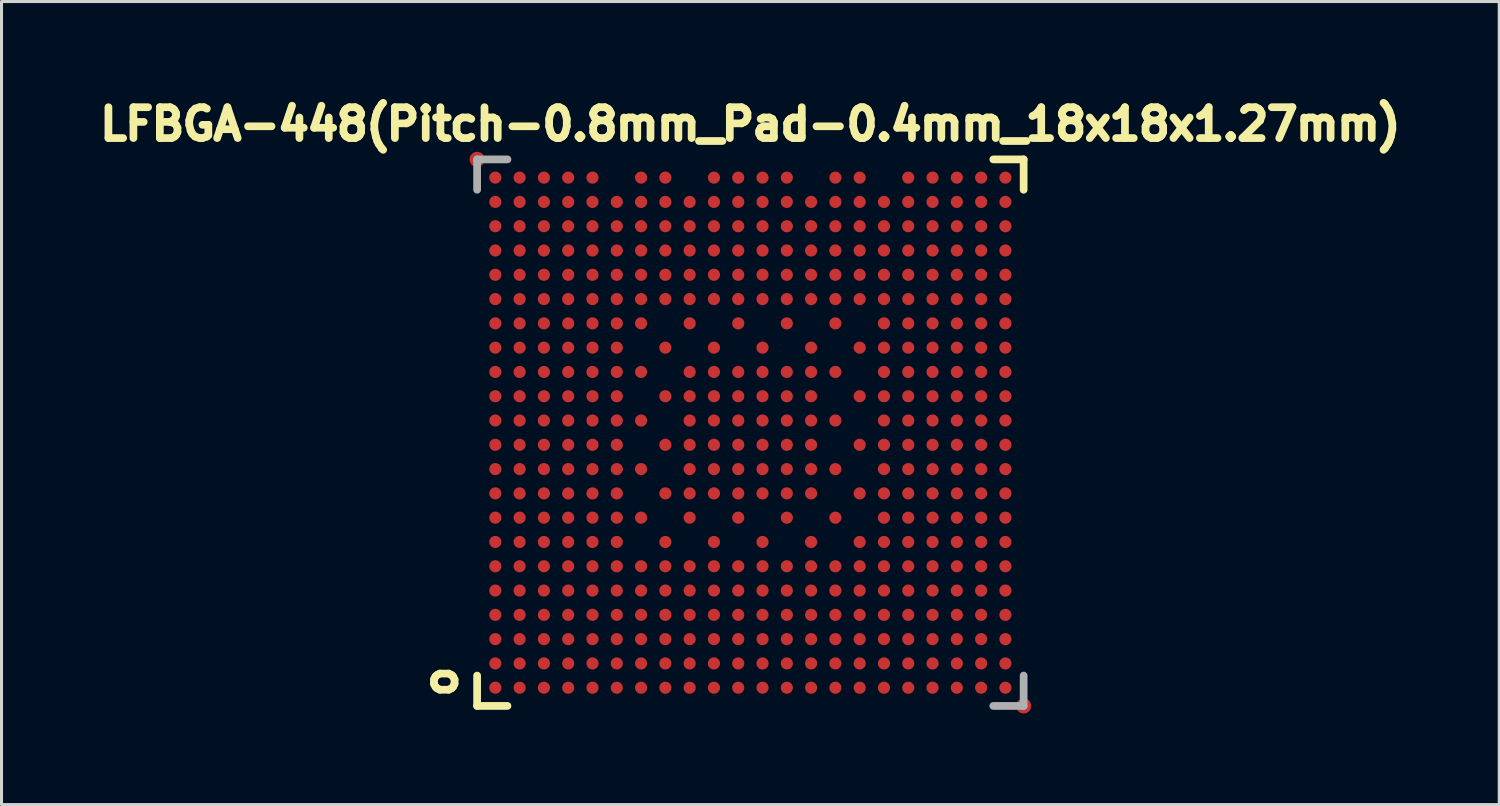
<source format=kicad_pcb>
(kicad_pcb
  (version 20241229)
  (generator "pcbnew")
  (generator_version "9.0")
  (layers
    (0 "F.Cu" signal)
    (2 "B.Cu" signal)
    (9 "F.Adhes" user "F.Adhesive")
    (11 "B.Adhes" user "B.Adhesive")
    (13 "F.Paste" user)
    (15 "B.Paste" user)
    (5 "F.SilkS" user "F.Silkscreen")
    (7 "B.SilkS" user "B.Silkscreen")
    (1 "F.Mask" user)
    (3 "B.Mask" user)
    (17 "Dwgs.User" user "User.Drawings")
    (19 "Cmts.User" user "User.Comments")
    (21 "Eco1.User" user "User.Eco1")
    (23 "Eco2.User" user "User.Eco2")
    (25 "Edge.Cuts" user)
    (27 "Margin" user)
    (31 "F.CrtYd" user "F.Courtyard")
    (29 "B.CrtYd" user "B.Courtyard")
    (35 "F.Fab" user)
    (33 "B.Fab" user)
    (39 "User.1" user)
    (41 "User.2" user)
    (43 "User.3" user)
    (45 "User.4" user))
  (footprint "LFBGA-448(Pitch-0.8mm_Pad-0.4mm_18x18x1.27mm)"
    (layer "F.Cu")
    (at 21.664 11.2)
    (property "Reference" "LFBGA-448(Pitch-0.8mm_Pad-0.4mm_18x18x1.27mm)" (at 0 -10.16 180) (layer "F.SilkS") (effects (font (size 1.016 1.016) (thickness 0.254))))
    (attr smd)
    (fp_line (start -9 9) (end -9 8) (stroke (width 0.254) (type solid)) (layer "F.SilkS"))
    (fp_line (start -9 9) (end -8 9) (stroke (width 0.254) (type solid)) (layer "F.SilkS"))
    (fp_line (start 9 -9) (end 8 -9) (stroke (width 0.254) (type solid)) (layer "F.SilkS"))
    (fp_line (start 9 -9) (end 9 -8) (stroke (width 0.254) (type solid)) (layer "F.SilkS"))
    (fp_line (start -9 -9) (end -9 -8) (stroke (width 0.254) (type solid)) (layer "F.Fab"))
    (fp_line (start -9 -9) (end -8 -9) (stroke (width 0.254) (type solid)) (layer "F.Fab"))
    (fp_line (start 9 8) (end 9 9) (stroke (width 0.254) (type solid)) (layer "F.Fab"))
    (fp_line (start 9 9) (end 8 9) (stroke (width 0.254) (type solid)) (layer "F.Fab"))
    (fp_text user "o" (at -10.2 8.2 270) (layer "F.SilkS") (effects (font (size 1.016 1.016) (thickness 0.254))))
    (pad "" smd rect (at -8.4 -8.4 90) (size 0.42 0.42) (layers "F.Paste"))
    (pad "" smd rect (at -8.4 -7.6 90) (size 0.42 0.42) (layers "F.Paste"))
    (pad "" smd rect (at -8.4 -6.8 90) (size 0.42 0.42) (layers "F.Paste"))
    (pad "" smd rect (at -8.4 -6 90) (size 0.42 0.42) (layers "F.Paste"))
    (pad "" smd rect (at -8.4 -5.2 90) (size 0.42 0.42) (layers "F.Paste"))
    (pad "" smd rect (at -8.4 -4.4 90) (size 0.42 0.42) (layers "F.Paste"))
    (pad "" smd rect (at -8.4 -3.6 90) (size 0.42 0.42) (layers "F.Paste"))
    (pad "" smd rect (at -8.4 -2.8 90) (size 0.42 0.42) (layers "F.Paste"))
    (pad "" smd rect (at -8.4 -2 90) (size 0.42 0.42) (layers "F.Paste"))
    (pad "" smd rect (at -8.4 -1.2 90) (size 0.42 0.42) (layers "F.Paste"))
    (pad "" smd rect (at -8.4 -0.4 90) (size 0.42 0.42) (layers "F.Paste"))
    (pad "" smd rect (at -8.4 0.4 90) (size 0.42 0.42) (layers "F.Paste"))
    (pad "" smd rect (at -8.4 1.2 90) (size 0.42 0.42) (layers "F.Paste"))
    (pad "" smd rect (at -8.4 2 90) (size 0.42 0.42) (layers "F.Paste"))
    (pad "" smd rect (at -8.4 2.8 90) (size 0.42 0.42) (layers "F.Paste"))
    (pad "" smd rect (at -8.4 3.6 90) (size 0.42 0.42) (layers "F.Paste"))
    (pad "" smd rect (at -8.4 4.4 90) (size 0.42 0.42) (layers "F.Paste"))
    (pad "" smd rect (at -8.4 5.2 90) (size 0.42 0.42) (layers "F.Paste"))
    (pad "" smd rect (at -8.4 6 90) (size 0.42 0.42) (layers "F.Paste"))
    (pad "" smd rect (at -8.4 6.8 90) (size 0.42 0.42) (layers "F.Paste"))
    (pad "" smd rect (at -8.4 7.6 90) (size 0.42 0.42) (layers "F.Paste"))
    (pad "" smd rect (at -8.4 8.4 90) (size 0.42 0.42) (layers "F.Paste"))
    (pad "" smd rect (at -7.6 -8.4 90) (size 0.42 0.42) (layers "F.Paste"))
    (pad "" smd rect (at -7.6 -7.6 90) (size 0.42 0.42) (layers "F.Paste"))
    (pad "" smd rect (at -7.6 -6.8 90) (size 0.42 0.42) (layers "F.Paste"))
    (pad "" smd rect (at -7.6 -6 90) (size 0.42 0.42) (layers "F.Paste"))
    (pad "" smd rect (at -7.6 -5.2 90) (size 0.42 0.42) (layers "F.Paste"))
    (pad "" smd rect (at -7.6 -4.4 90) (size 0.42 0.42) (layers "F.Paste"))
    (pad "" smd rect (at -7.6 -3.6 90) (size 0.42 0.42) (layers "F.Paste"))
    (pad "" smd rect (at -7.6 -2.8 90) (size 0.42 0.42) (layers "F.Paste"))
    (pad "" smd rect (at -7.6 -2 90) (size 0.42 0.42) (layers "F.Paste"))
    (pad "" smd rect (at -7.6 -1.2 90) (size 0.42 0.42) (layers "F.Paste"))
    (pad "" smd rect (at -7.6 -0.4 90) (size 0.42 0.42) (layers "F.Paste"))
    (pad "" smd rect (at -7.6 0.4 90) (size 0.42 0.42) (layers "F.Paste"))
    (pad "" smd rect (at -7.6 1.2 90) (size 0.42 0.42) (layers "F.Paste"))
    (pad "" smd rect (at -7.6 2 90) (size 0.42 0.42) (layers "F.Paste"))
    (pad "" smd rect (at -7.6 2.8 90) (size 0.42 0.42) (layers "F.Paste"))
    (pad "" smd rect (at -7.6 3.6 90) (size 0.42 0.42) (layers "F.Paste"))
    (pad "" smd rect (at -7.6 4.4 90) (size 0.42 0.42) (layers "F.Paste"))
    (pad "" smd rect (at -7.6 5.2 90) (size 0.42 0.42) (layers "F.Paste"))
    (pad "" smd rect (at -7.6 6 90) (size 0.42 0.42) (layers "F.Paste"))
    (pad "" smd rect (at -7.6 6.8 90) (size 0.42 0.42) (layers "F.Paste"))
    (pad "" smd rect (at -7.6 7.6 90) (size 0.42 0.42) (layers "F.Paste"))
    (pad "" smd rect (at -7.6 8.4 90) (size 0.42 0.42) (layers "F.Paste"))
    (pad "" smd rect (at -6.8 -8.4 90) (size 0.42 0.42) (layers "F.Paste"))
    (pad "" smd rect (at -6.8 -7.6 90) (size 0.42 0.42) (layers "F.Paste"))
    (pad "" smd rect (at -6.8 -6.8 90) (size 0.42 0.42) (layers "F.Paste"))
    (pad "" smd rect (at -6.8 -6 90) (size 0.42 0.42) (layers "F.Paste"))
    (pad "" smd rect (at -6.8 -5.2 90) (size 0.42 0.42) (layers "F.Paste"))
    (pad "" smd rect (at -6.8 -4.4 90) (size 0.42 0.42) (layers "F.Paste"))
    (pad "" smd rect (at -6.8 -3.6 90) (size 0.42 0.42) (layers "F.Paste"))
    (pad "" smd rect (at -6.8 -2.8 90) (size 0.42 0.42) (layers "F.Paste"))
    (pad "" smd rect (at -6.8 -2 90) (size 0.42 0.42) (layers "F.Paste"))
    (pad "" smd rect (at -6.8 -1.2 90) (size 0.42 0.42) (layers "F.Paste"))
    (pad "" smd rect (at -6.8 -0.4 90) (size 0.42 0.42) (layers "F.Paste"))
    (pad "" smd rect (at -6.8 0.4 90) (size 0.42 0.42) (layers "F.Paste"))
    (pad "" smd rect (at -6.8 1.2 90) (size 0.42 0.42) (layers "F.Paste"))
    (pad "" smd rect (at -6.8 2 90) (size 0.42 0.42) (layers "F.Paste"))
    (pad "" smd rect (at -6.8 2.8 90) (size 0.42 0.42) (layers "F.Paste"))
    (pad "" smd rect (at -6.8 3.6 90) (size 0.42 0.42) (layers "F.Paste"))
    (pad "" smd rect (at -6.8 4.4 90) (size 0.42 0.42) (layers "F.Paste"))
    (pad "" smd rect (at -6.8 5.2 90) (size 0.42 0.42) (layers "F.Paste"))
    (pad "" smd rect (at -6.8 6 90) (size 0.42 0.42) (layers "F.Paste"))
    (pad "" smd rect (at -6.8 6.8 90) (size 0.42 0.42) (layers "F.Paste"))
    (pad "" smd rect (at -6.8 7.6 90) (size 0.42 0.42) (layers "F.Paste"))
    (pad "" smd rect (at -6.8 8.4 90) (size 0.42 0.42) (layers "F.Paste"))
    (pad "" smd rect (at -6 -8.4 90) (size 0.42 0.42) (layers "F.Paste"))
    (pad "" smd rect (at -6 -7.6 90) (size 0.42 0.42) (layers "F.Paste"))
    (pad "" smd rect (at -6 -6.8 90) (size 0.42 0.42) (layers "F.Paste"))
    (pad "" smd rect (at -6 -6 90) (size 0.42 0.42) (layers "F.Paste"))
    (pad "" smd rect (at -6 -5.2 90) (size 0.42 0.42) (layers "F.Paste"))
    (pad "" smd rect (at -6 -4.4 90) (size 0.42 0.42) (layers "F.Paste"))
    (pad "" smd rect (at -6 -3.6 90) (size 0.42 0.42) (layers "F.Paste"))
    (pad "" smd rect (at -6 -2.8 90) (size 0.42 0.42) (layers "F.Paste"))
    (pad "" smd rect (at -6 -2 90) (size 0.42 0.42) (layers "F.Paste"))
    (pad "" smd rect (at -6 -1.2 90) (size 0.42 0.42) (layers "F.Paste"))
    (pad "" smd rect (at -6 -0.4 90) (size 0.42 0.42) (layers "F.Paste"))
    (pad "" smd rect (at -6 0.4 90) (size 0.42 0.42) (layers "F.Paste"))
    (pad "" smd rect (at -6 1.2 90) (size 0.42 0.42) (layers "F.Paste"))
    (pad "" smd rect (at -6 2 90) (size 0.42 0.42) (layers "F.Paste"))
    (pad "" smd rect (at -6 2.8 90) (size 0.42 0.42) (layers "F.Paste"))
    (pad "" smd rect (at -6 3.6 90) (size 0.42 0.42) (layers "F.Paste"))
    (pad "" smd rect (at -6 4.4 90) (size 0.42 0.42) (layers "F.Paste"))
    (pad "" smd rect (at -6 5.2 90) (size 0.42 0.42) (layers "F.Paste"))
    (pad "" smd rect (at -6 6 90) (size 0.42 0.42) (layers "F.Paste"))
    (pad "" smd rect (at -6 6.8 90) (size 0.42 0.42) (layers "F.Paste"))
    (pad "" smd rect (at -6 7.6 90) (size 0.42 0.42) (layers "F.Paste"))
    (pad "" smd rect (at -6 8.4 90) (size 0.42 0.42) (layers "F.Paste"))
    (pad "" smd rect (at -5.2 -8.4 90) (size 0.42 0.42) (layers "F.Paste"))
    (pad "" smd rect (at -5.2 -7.6 90) (size 0.42 0.42) (layers "F.Paste"))
    (pad "" smd rect (at -5.2 -6.8 90) (size 0.42 0.42) (layers "F.Paste"))
    (pad "" smd rect (at -5.2 -6 90) (size 0.42 0.42) (layers "F.Paste"))
    (pad "" smd rect (at -5.2 -5.2 90) (size 0.42 0.42) (layers "F.Paste"))
    (pad "" smd rect (at -5.2 -4.4 90) (size 0.42 0.42) (layers "F.Paste"))
    (pad "" smd rect (at -5.2 -3.6 90) (size 0.42 0.42) (layers "F.Paste"))
    (pad "" smd rect (at -5.2 -2.8 90) (size 0.42 0.42) (layers "F.Paste"))
    (pad "" smd rect (at -5.2 -2 90) (size 0.42 0.42) (layers "F.Paste"))
    (pad "" smd rect (at -5.2 -1.2 90) (size 0.42 0.42) (layers "F.Paste"))
    (pad "" smd rect (at -5.2 -0.4 90) (size 0.42 0.42) (layers "F.Paste"))
    (pad "" smd rect (at -5.2 0.4 90) (size 0.42 0.42) (layers "F.Paste"))
    (pad "" smd rect (at -5.2 1.2 90) (size 0.42 0.42) (layers "F.Paste"))
    (pad "" smd rect (at -5.2 2 90) (size 0.42 0.42) (layers "F.Paste"))
    (pad "" smd rect (at -5.2 2.8 90) (size 0.42 0.42) (layers "F.Paste"))
    (pad "" smd rect (at -5.2 3.6 90) (size 0.42 0.42) (layers "F.Paste"))
    (pad "" smd rect (at -5.2 4.4 90) (size 0.42 0.42) (layers "F.Paste"))
    (pad "" smd rect (at -5.2 5.2 90) (size 0.42 0.42) (layers "F.Paste"))
    (pad "" smd rect (at -5.2 6 90) (size 0.42 0.42) (layers "F.Paste"))
    (pad "" smd rect (at -5.2 6.8 90) (size 0.42 0.42) (layers "F.Paste"))
    (pad "" smd rect (at -5.2 7.6 90) (size 0.42 0.42) (layers "F.Paste"))
    (pad "" smd rect (at -5.2 8.4 90) (size 0.42 0.42) (layers "F.Paste"))
    (pad "" smd rect (at -4.4 -7.6 90) (size 0.42 0.42) (layers "F.Paste"))
    (pad "" smd rect (at -4.4 -6.8 90) (size 0.42 0.42) (layers "F.Paste"))
    (pad "" smd rect (at -4.4 -6 90) (size 0.42 0.42) (layers "F.Paste"))
    (pad "" smd rect (at -4.4 -5.2 90) (size 0.42 0.42) (layers "F.Paste"))
    (pad "" smd rect (at -4.4 -4.4 90) (size 0.42 0.42) (layers "F.Paste"))
    (pad "" smd rect (at -4.4 -3.6 90) (size 0.42 0.42) (layers "F.Paste"))
    (pad "" smd rect (at -4.4 -2.8 90) (size 0.42 0.42) (layers "F.Paste"))
    (pad "" smd rect (at -4.4 -2 90) (size 0.42 0.42) (layers "F.Paste"))
    (pad "" smd rect (at -4.4 -1.2 90) (size 0.42 0.42) (layers "F.Paste"))
    (pad "" smd rect (at -4.4 -0.4 90) (size 0.42 0.42) (layers "F.Paste"))
    (pad "" smd rect (at -4.4 0.4 90) (size 0.42 0.42) (layers "F.Paste"))
    (pad "" smd rect (at -4.4 1.2 90) (size 0.42 0.42) (layers "F.Paste"))
    (pad "" smd rect (at -4.4 2 90) (size 0.42 0.42) (layers "F.Paste"))
    (pad "" smd rect (at -4.4 2.8 90) (size 0.42 0.42) (layers "F.Paste"))
    (pad "" smd rect (at -4.4 3.6 90) (size 0.42 0.42) (layers "F.Paste"))
    (pad "" smd rect (at -4.4 4.4 90) (size 0.42 0.42) (layers "F.Paste"))
    (pad "" smd rect (at -4.4 5.2 90) (size 0.42 0.42) (layers "F.Paste"))
    (pad "" smd rect (at -4.4 6 90) (size 0.42 0.42) (layers "F.Paste"))
    (pad "" smd rect (at -4.4 6.8 90) (size 0.42 0.42) (layers "F.Paste"))
    (pad "" smd rect (at -4.4 7.6 90) (size 0.42 0.42) (layers "F.Paste"))
    (pad "" smd rect (at -4.4 8.4 90) (size 0.42 0.42) (layers "F.Paste"))
    (pad "" smd rect (at -3.6 -8.4 90) (size 0.42 0.42) (layers "F.Paste"))
    (pad "" smd rect (at -3.6 -7.6 90) (size 0.42 0.42) (layers "F.Paste"))
    (pad "" smd rect (at -3.6 -6.8 90) (size 0.42 0.42) (layers "F.Paste"))
    (pad "" smd rect (at -3.6 -6 90) (size 0.42 0.42) (layers "F.Paste"))
    (pad "" smd rect (at -3.6 -5.2 90) (size 0.42 0.42) (layers "F.Paste"))
    (pad "" smd rect (at -3.6 -4.4 90) (size 0.42 0.42) (layers "F.Paste"))
    (pad "" smd rect (at -3.6 -3.6 90) (size 0.42 0.42) (layers "F.Paste"))
    (pad "" smd rect (at -3.6 -2 90) (size 0.42 0.42) (layers "F.Paste"))
    (pad "" smd rect (at -3.6 -0.4 90) (size 0.42 0.42) (layers "F.Paste"))
    (pad "" smd rect (at -3.6 1.2 90) (size 0.42 0.42) (layers "F.Paste"))
    (pad "" smd rect (at -3.6 2.8 90) (size 0.42 0.42) (layers "F.Paste"))
    (pad "" smd rect (at -3.6 4.4 90) (size 0.42 0.42) (layers "F.Paste"))
    (pad "" smd rect (at -3.6 5.2 90) (size 0.42 0.42) (layers "F.Paste"))
    (pad "" smd rect (at -3.6 6 90) (size 0.42 0.42) (layers "F.Paste"))
    (pad "" smd rect (at -3.6 6.8 90) (size 0.42 0.42) (layers "F.Paste"))
    (pad "" smd rect (at -3.6 7.6 90) (size 0.42 0.42) (layers "F.Paste"))
    (pad "" smd rect (at -3.6 8.4 90) (size 0.42 0.42) (layers "F.Paste"))
    (pad "" smd rect (at -2.8 -8.4 90) (size 0.42 0.42) (layers "F.Paste"))
    (pad "" smd rect (at -2.8 -7.6 90) (size 0.42 0.42) (layers "F.Paste"))
    (pad "" smd rect (at -2.8 -6.8 90) (size 0.42 0.42) (layers "F.Paste"))
    (pad "" smd rect (at -2.8 -6 90) (size 0.42 0.42) (layers "F.Paste"))
    (pad "" smd rect (at -2.8 -5.2 90) (size 0.42 0.42) (layers "F.Paste"))
    (pad "" smd rect (at -2.8 -4.4 90) (size 0.42 0.42) (layers "F.Paste"))
    (pad "" smd rect (at -2.8 -2.8 90) (size 0.42 0.42) (layers "F.Paste"))
    (pad "" smd rect (at -2.8 -1.2 90) (size 0.42 0.42) (layers "F.Paste"))
    (pad "" smd rect (at -2.8 0.4 90) (size 0.42 0.42) (layers "F.Paste"))
    (pad "" smd rect (at -2.8 2 90) (size 0.42 0.42) (layers "F.Paste"))
    (pad "" smd rect (at -2.8 3.6 90) (size 0.42 0.42) (layers "F.Paste"))
    (pad "" smd rect (at -2.8 4.4 90) (size 0.42 0.42) (layers "F.Paste"))
    (pad "" smd rect (at -2.8 5.2 90) (size 0.42 0.42) (layers "F.Paste"))
    (pad "" smd rect (at -2.8 6 90) (size 0.42 0.42) (layers "F.Paste"))
    (pad "" smd rect (at -2.8 6.8 90) (size 0.42 0.42) (layers "F.Paste"))
    (pad "" smd rect (at -2.8 7.6 90) (size 0.42 0.42) (layers "F.Paste"))
    (pad "" smd rect (at -2.8 8.4 90) (size 0.42 0.42) (layers "F.Paste"))
    (pad "" smd rect (at -2 -7.6 90) (size 0.42 0.42) (layers "F.Paste"))
    (pad "" smd rect (at -2 -6.8 90) (size 0.42 0.42) (layers "F.Paste"))
    (pad "" smd rect (at -2 -6 90) (size 0.42 0.42) (layers "F.Paste"))
    (pad "" smd rect (at -2 -5.2 90) (size 0.42 0.42) (layers "F.Paste"))
    (pad "" smd rect (at -2 -4.4 90) (size 0.42 0.42) (layers "F.Paste"))
    (pad "" smd rect (at -2 -3.6 90) (size 0.42 0.42) (layers "F.Paste"))
    (pad "" smd rect (at -2 -2 90) (size 0.42 0.42) (layers "F.Paste"))
    (pad "" smd rect (at -2 -1.2 90) (size 0.42 0.42) (layers "F.Paste"))
    (pad "" smd rect (at -2 -0.4 90) (size 0.42 0.42) (layers "F.Paste"))
    (pad "" smd rect (at -2 0.4 90) (size 0.42 0.42) (layers "F.Paste"))
    (pad "" smd rect (at -2 1.2 90) (size 0.42 0.42) (layers "F.Paste"))
    (pad "" smd rect (at -2 2 90) (size 0.42 0.42) (layers "F.Paste"))
    (pad "" smd rect (at -2 2.8 90) (size 0.42 0.42) (layers "F.Paste"))
    (pad "" smd rect (at -2 4.4 90) (size 0.42 0.42) (layers "F.Paste"))
    (pad "" smd rect (at -2 5.2 90) (size 0.42 0.42) (layers "F.Paste"))
    (pad "" smd rect (at -2 6 90) (size 0.42 0.42) (layers "F.Paste"))
    (pad "" smd rect (at -2 6.8 90) (size 0.42 0.42) (layers "F.Paste"))
    (pad "" smd rect (at -2 7.6 90) (size 0.42 0.42) (layers "F.Paste"))
    (pad "" smd rect (at -2 8.4 90) (size 0.42 0.42) (layers "F.Paste"))
    (pad "" smd rect (at -1.2 -8.4 90) (size 0.42 0.42) (layers "F.Paste"))
    (pad "" smd rect (at -1.2 -7.6 90) (size 0.42 0.42) (layers "F.Paste"))
    (pad "" smd rect (at -1.2 -6.8 90) (size 0.42 0.42) (layers "F.Paste"))
    (pad "" smd rect (at -1.2 -6 90) (size 0.42 0.42) (layers "F.Paste"))
    (pad "" smd rect (at -1.2 -5.2 90) (size 0.42 0.42) (layers "F.Paste"))
    (pad "" smd rect (at -1.2 -4.4 90) (size 0.42 0.42) (layers "F.Paste"))
    (pad "" smd rect (at -1.2 -2.8 90) (size 0.42 0.42) (layers "F.Paste"))
    (pad "" smd rect (at -1.2 -2 90) (size 0.42 0.42) (layers "F.Paste"))
    (pad "" smd rect (at -1.2 -1.2 90) (size 0.42 0.42) (layers "F.Paste"))
    (pad "" smd rect (at -1.2 -0.4 90) (size 0.42 0.42) (layers "F.Paste"))
    (pad "" smd rect (at -1.2 0.4 90) (size 0.42 0.42) (layers "F.Paste"))
    (pad "" smd rect (at -1.2 1.2 90) (size 0.42 0.42) (layers "F.Paste"))
    (pad "" smd rect (at -1.2 2 90) (size 0.42 0.42) (layers "F.Paste"))
    (pad "" smd rect (at -1.2 3.6 90) (size 0.42 0.42) (layers "F.Paste"))
    (pad "" smd rect (at -1.2 4.4 90) (size 0.42 0.42) (layers "F.Paste"))
    (pad "" smd rect (at -1.2 5.2 90) (size 0.42 0.42) (layers "F.Paste"))
    (pad "" smd rect (at -1.2 6 90) (size 0.42 0.42) (layers "F.Paste"))
    (pad "" smd rect (at -1.2 6.8 90) (size 0.42 0.42) (layers "F.Paste"))
    (pad "" smd rect (at -1.2 7.6 90) (size 0.42 0.42) (layers "F.Paste"))
    (pad "" smd rect (at -1.2 8.4 90) (size 0.42 0.42) (layers "F.Paste"))
    (pad "" smd rect (at -0.4 -8.4 90) (size 0.42 0.42) (layers "F.Paste"))
    (pad "" smd rect (at -0.4 -7.6 90) (size 0.42 0.42) (layers "F.Paste"))
    (pad "" smd rect (at -0.4 -6.8 90) (size 0.42 0.42) (layers "F.Paste"))
    (pad "" smd rect (at -0.4 -6 90) (size 0.42 0.42) (layers "F.Paste"))
    (pad "" smd rect (at -0.4 -5.2 90) (size 0.42 0.42) (layers "F.Paste"))
    (pad "" smd rect (at -0.4 -4.4 90) (size 0.42 0.42) (layers "F.Paste"))
    (pad "" smd rect (at -0.4 -3.6 90) (size 0.42 0.42) (layers "F.Paste"))
    (pad "" smd rect (at -0.4 -2 90) (size 0.42 0.42) (layers "F.Paste"))
    (pad "" smd rect (at -0.4 -1.2 90) (size 0.42 0.42) (layers "F.Paste"))
    (pad "" smd rect (at -0.4 -0.4 90) (size 0.42 0.42) (layers "F.Paste"))
    (pad "" smd rect (at -0.4 0.4 90) (size 0.42 0.42) (layers "F.Paste"))
    (pad "" smd rect (at -0.4 1.2 90) (size 0.42 0.42) (layers "F.Paste"))
    (pad "" smd rect (at -0.4 2 90) (size 0.42 0.42) (layers "F.Paste"))
    (pad "" smd rect (at -0.4 2.8 90) (size 0.42 0.42) (layers "F.Paste"))
    (pad "" smd rect (at -0.4 4.4 90) (size 0.42 0.42) (layers "F.Paste"))
    (pad "" smd rect (at -0.4 5.2 90) (size 0.42 0.42) (layers "F.Paste"))
    (pad "" smd rect (at -0.4 6 90) (size 0.42 0.42) (layers "F.Paste"))
    (pad "" smd rect (at -0.4 6.8 90) (size 0.42 0.42) (layers "F.Paste"))
    (pad "" smd rect (at -0.4 7.6 90) (size 0.42 0.42) (layers "F.Paste"))
    (pad "" smd rect (at -0.4 8.4 90) (size 0.42 0.42) (layers "F.Paste"))
    (pad "" smd rect (at 0.4 -8.4 90) (size 0.42 0.42) (layers "F.Paste"))
    (pad "" smd rect (at 0.4 -7.6 90) (size 0.42 0.42) (layers "F.Paste"))
    (pad "" smd rect (at 0.4 -6.8 90) (size 0.42 0.42) (layers "F.Paste"))
    (pad "" smd rect (at 0.4 -6 90) (size 0.42 0.42) (layers "F.Paste"))
    (pad "" smd rect (at 0.4 -5.2 90) (size 0.42 0.42) (layers "F.Paste"))
    (pad "" smd rect (at 0.4 -4.4 90) (size 0.42 0.42) (layers "F.Paste"))
    (pad "" smd rect (at 0.4 -2.8 90) (size 0.42 0.42) (layers "F.Paste"))
    (pad "" smd rect (at 0.4 -2 90) (size 0.42 0.42) (layers "F.Paste"))
    (pad "" smd rect (at 0.4 -1.2 90) (size 0.42 0.42) (layers "F.Paste"))
    (pad "" smd rect (at 0.4 -0.4 90) (size 0.42 0.42) (layers "F.Paste"))
    (pad "" smd rect (at 0.4 0.4 90) (size 0.42 0.42) (layers "F.Paste"))
    (pad "" smd rect (at 0.4 1.2 90) (size 0.42 0.42) (layers "F.Paste"))
    (pad "" smd rect (at 0.4 2 90) (size 0.42 0.42) (layers "F.Paste"))
    (pad "" smd rect (at 0.4 3.6 90) (size 0.42 0.42) (layers "F.Paste"))
    (pad "" smd rect (at 0.4 4.4 90) (size 0.42 0.42) (layers "F.Paste"))
    (pad "" smd rect (at 0.4 5.2 90) (size 0.42 0.42) (layers "F.Paste"))
    (pad "" smd rect (at 0.4 6 90) (size 0.42 0.42) (layers "F.Paste"))
    (pad "" smd rect (at 0.4 6.8 90) (size 0.42 0.42) (layers "F.Paste"))
    (pad "" smd rect (at 0.4 7.6 90) (size 0.42 0.42) (layers "F.Paste"))
    (pad "" smd rect (at 0.4 8.4 90) (size 0.42 0.42) (layers "F.Paste"))
    (pad "" smd rect (at 1.2 -8.4 90) (size 0.42 0.42) (layers "F.Paste"))
    (pad "" smd rect (at 1.2 -7.6 90) (size 0.42 0.42) (layers "F.Paste"))
    (pad "" smd rect (at 1.2 -6.8 90) (size 0.42 0.42) (layers "F.Paste"))
    (pad "" smd rect (at 1.2 -6 90) (size 0.42 0.42) (layers "F.Paste"))
    (pad "" smd rect (at 1.2 -5.2 90) (size 0.42 0.42) (layers "F.Paste"))
    (pad "" smd rect (at 1.2 -4.4 90) (size 0.42 0.42) (layers "F.Paste"))
    (pad "" smd rect (at 1.2 -3.6 90) (size 0.42 0.42) (layers "F.Paste"))
    (pad "" smd rect (at 1.2 -2 90) (size 0.42 0.42) (layers "F.Paste"))
    (pad "" smd rect (at 1.2 -1.2 90) (size 0.42 0.42) (layers "F.Paste"))
    (pad "" smd rect (at 1.2 -0.4 90) (size 0.42 0.42) (layers "F.Paste"))
    (pad "" smd rect (at 1.2 0.4 90) (size 0.42 0.42) (layers "F.Paste"))
    (pad "" smd rect (at 1.2 1.2 90) (size 0.42 0.42) (layers "F.Paste"))
    (pad "" smd rect (at 1.2 2 90) (size 0.42 0.42) (layers "F.Paste"))
    (pad "" smd rect (at 1.2 2.8 90) (size 0.42 0.42) (layers "F.Paste"))
    (pad "" smd rect (at 1.2 4.4 90) (size 0.42 0.42) (layers "F.Paste"))
    (pad "" smd rect (at 1.2 5.2 90) (size 0.42 0.42) (layers "F.Paste"))
    (pad "" smd rect (at 1.2 6 90) (size 0.42 0.42) (layers "F.Paste"))
    (pad "" smd rect (at 1.2 6.8 90) (size 0.42 0.42) (layers "F.Paste"))
    (pad "" smd rect (at 1.2 7.6 90) (size 0.42 0.42) (layers "F.Paste"))
    (pad "" smd rect (at 1.2 8.4 90) (size 0.42 0.42) (layers "F.Paste"))
    (pad "" smd rect (at 2 -7.6 90) (size 0.42 0.42) (layers "F.Paste"))
    (pad "" smd rect (at 2 -6.8 90) (size 0.42 0.42) (layers "F.Paste"))
    (pad "" smd rect (at 2 -6 90) (size 0.42 0.42) (layers "F.Paste"))
    (pad "" smd rect (at 2 -5.2 90) (size 0.42 0.42) (layers "F.Paste"))
    (pad "" smd rect (at 2 -4.4 90) (size 0.42 0.42) (layers "F.Paste"))
    (pad "" smd rect (at 2 -2.8 90) (size 0.42 0.42) (layers "F.Paste"))
    (pad "" smd rect (at 2 -2 90) (size 0.42 0.42) (layers "F.Paste"))
    (pad "" smd rect (at 2 -1.2 90) (size 0.42 0.42) (layers "F.Paste"))
    (pad "" smd rect (at 2 -0.4 90) (size 0.42 0.42) (layers "F.Paste"))
    (pad "" smd rect (at 2 0.4 90) (size 0.42 0.42) (layers "F.Paste"))
    (pad "" smd rect (at 2 1.2 90) (size 0.42 0.42) (layers "F.Paste"))
    (pad "" smd rect (at 2 2 90) (size 0.42 0.42) (layers "F.Paste"))
    (pad "" smd rect (at 2 3.6 90) (size 0.42 0.42) (layers "F.Paste"))
    (pad "" smd rect (at 2 4.4 90) (size 0.42 0.42) (layers "F.Paste"))
    (pad "" smd rect (at 2 5.2 90) (size 0.42 0.42) (layers "F.Paste"))
    (pad "" smd rect (at 2 6 90) (size 0.42 0.42) (layers "F.Paste"))
    (pad "" smd rect (at 2 6.8 90) (size 0.42 0.42) (layers "F.Paste"))
    (pad "" smd rect (at 2 7.6 90) (size 0.42 0.42) (layers "F.Paste"))
    (pad "" smd rect (at 2 8.4 90) (size 0.42 0.42) (layers "F.Paste"))
    (pad "" smd rect (at 2.8 -8.4 90) (size 0.42 0.42) (layers "F.Paste"))
    (pad "" smd rect (at 2.8 -7.6 90) (size 0.42 0.42) (layers "F.Paste"))
    (pad "" smd rect (at 2.8 -6.8 90) (size 0.42 0.42) (layers "F.Paste"))
    (pad "" smd rect (at 2.8 -6 90) (size 0.42 0.42) (layers "F.Paste"))
    (pad "" smd rect (at 2.8 -5.2 90) (size 0.42 0.42) (layers "F.Paste"))
    (pad "" smd rect (at 2.8 -4.4 90) (size 0.42 0.42) (layers "F.Paste"))
    (pad "" smd rect (at 2.8 -3.6 90) (size 0.42 0.42) (layers "F.Paste"))
    (pad "" smd rect (at 2.8 -2 90) (size 0.42 0.42) (layers "F.Paste"))
    (pad "" smd rect (at 2.8 -0.4 90) (size 0.42 0.42) (layers "F.Paste"))
    (pad "" smd rect (at 2.8 1.2 90) (size 0.42 0.42) (layers "F.Paste"))
    (pad "" smd rect (at 2.8 2.8 90) (size 0.42 0.42) (layers "F.Paste"))
    (pad "" smd rect (at 2.8 4.4 90) (size 0.42 0.42) (layers "F.Paste"))
    (pad "" smd rect (at 2.8 5.2 90) (size 0.42 0.42) (layers "F.Paste"))
    (pad "" smd rect (at 2.8 6 90) (size 0.42 0.42) (layers "F.Paste"))
    (pad "" smd rect (at 2.8 6.8 90) (size 0.42 0.42) (layers "F.Paste"))
    (pad "" smd rect (at 2.8 7.6 90) (size 0.42 0.42) (layers "F.Paste"))
    (pad "" smd rect (at 2.8 8.4 90) (size 0.42 0.42) (layers "F.Paste"))
    (pad "" smd rect (at 3.6 -8.4 90) (size 0.42 0.42) (layers "F.Paste"))
    (pad "" smd rect (at 3.6 -7.6 90) (size 0.42 0.42) (layers "F.Paste"))
    (pad "" smd rect (at 3.6 -6.8 90) (size 0.42 0.42) (layers "F.Paste"))
    (pad "" smd rect (at 3.6 -6 90) (size 0.42 0.42) (layers "F.Paste"))
    (pad "" smd rect (at 3.6 -5.2 90) (size 0.42 0.42) (layers "F.Paste"))
    (pad "" smd rect (at 3.6 -4.4 90) (size 0.42 0.42) (layers "F.Paste"))
    (pad "" smd rect (at 3.6 -2.8 90) (size 0.42 0.42) (layers "F.Paste"))
    (pad "" smd rect (at 3.6 -1.2 90) (size 0.42 0.42) (layers "F.Paste"))
    (pad "" smd rect (at 3.6 0.4 90) (size 0.42 0.42) (layers "F.Paste"))
    (pad "" smd rect (at 3.6 2 90) (size 0.42 0.42) (layers "F.Paste"))
    (pad "" smd rect (at 3.6 3.6 90) (size 0.42 0.42) (layers "F.Paste"))
    (pad "" smd rect (at 3.6 4.4 90) (size 0.42 0.42) (layers "F.Paste"))
    (pad "" smd rect (at 3.6 5.2 90) (size 0.42 0.42) (layers "F.Paste"))
    (pad "" smd rect (at 3.6 6 90) (size 0.42 0.42) (layers "F.Paste"))
    (pad "" smd rect (at 3.6 6.8 90) (size 0.42 0.42) (layers "F.Paste"))
    (pad "" smd rect (at 3.6 7.6 90) (size 0.42 0.42) (layers "F.Paste"))
    (pad "" smd rect (at 3.6 8.4 90) (size 0.42 0.42) (layers "F.Paste"))
    (pad "" smd rect (at 4.4 -7.6 90) (size 0.42 0.42) (layers "F.Paste"))
    (pad "" smd rect (at 4.4 -6.8 90) (size 0.42 0.42) (layers "F.Paste"))
    (pad "" smd rect (at 4.4 -6 90) (size 0.42 0.42) (layers "F.Paste"))
    (pad "" smd rect (at 4.4 -5.2 90) (size 0.42 0.42) (layers "F.Paste"))
    (pad "" smd rect (at 4.4 -4.4 90) (size 0.42 0.42) (layers "F.Paste"))
    (pad "" smd rect (at 4.4 -3.6 90) (size 0.42 0.42) (layers "F.Paste"))
    (pad "" smd rect (at 4.4 -2.8 90) (size 0.42 0.42) (layers "F.Paste"))
    (pad "" smd rect (at 4.4 -2 90) (size 0.42 0.42) (layers "F.Paste"))
    (pad "" smd rect (at 4.4 -1.2 90) (size 0.42 0.42) (layers "F.Paste"))
    (pad "" smd rect (at 4.4 -0.4 90) (size 0.42 0.42) (layers "F.Paste"))
    (pad "" smd rect (at 4.4 0.4 90) (size 0.42 0.42) (layers "F.Paste"))
    (pad "" smd rect (at 4.4 1.2 90) (size 0.42 0.42) (layers "F.Paste"))
    (pad "" smd rect (at 4.4 2 90) (size 0.42 0.42) (layers "F.Paste"))
    (pad "" smd rect (at 4.4 2.8 90) (size 0.42 0.42) (layers "F.Paste"))
    (pad "" smd rect (at 4.4 3.6 90) (size 0.42 0.42) (layers "F.Paste"))
    (pad "" smd rect (at 4.4 4.4 90) (size 0.42 0.42) (layers "F.Paste"))
    (pad "" smd rect (at 4.4 5.2 90) (size 0.42 0.42) (layers "F.Paste"))
    (pad "" smd rect (at 4.4 6 90) (size 0.42 0.42) (layers "F.Paste"))
    (pad "" smd rect (at 4.4 6.8 90) (size 0.42 0.42) (layers "F.Paste"))
    (pad "" smd rect (at 4.4 7.6 90) (size 0.42 0.42) (layers "F.Paste"))
    (pad "" smd rect (at 4.4 8.4 90) (size 0.42 0.42) (layers "F.Paste"))
    (pad "" smd rect (at 5.2 -8.4 90) (size 0.42 0.42) (layers "F.Paste"))
    (pad "" smd rect (at 5.2 -7.6 90) (size 0.42 0.42) (layers "F.Paste"))
    (pad "" smd rect (at 5.2 -6.8 90) (size 0.42 0.42) (layers "F.Paste"))
    (pad "" smd rect (at 5.2 -6 90) (size 0.42 0.42) (layers "F.Paste"))
    (pad "" smd rect (at 5.2 -5.2 90) (size 0.42 0.42) (layers "F.Paste"))
    (pad "" smd rect (at 5.2 -4.4 90) (size 0.42 0.42) (layers "F.Paste"))
    (pad "" smd rect (at 5.2 -3.6 90) (size 0.42 0.42) (layers "F.Paste"))
    (pad "" smd rect (at 5.2 -2.8 90) (size 0.42 0.42) (layers "F.Paste"))
    (pad "" smd rect (at 5.2 -2 90) (size 0.42 0.42) (layers "F.Paste"))
    (pad "" smd rect (at 5.2 -1.2 90) (size 0.42 0.42) (layers "F.Paste"))
    (pad "" smd rect (at 5.2 -0.4 90) (size 0.42 0.42) (layers "F.Paste"))
    (pad "" smd rect (at 5.2 0.4 90) (size 0.42 0.42) (layers "F.Paste"))
    (pad "" smd rect (at 5.2 1.2 90) (size 0.42 0.42) (layers "F.Paste"))
    (pad "" smd rect (at 5.2 2 90) (size 0.42 0.42) (layers "F.Paste"))
    (pad "" smd rect (at 5.2 2.8 90) (size 0.42 0.42) (layers "F.Paste"))
    (pad "" smd rect (at 5.2 3.6 90) (size 0.42 0.42) (layers "F.Paste"))
    (pad "" smd rect (at 5.2 4.4 90) (size 0.42 0.42) (layers "F.Paste"))
    (pad "" smd rect (at 5.2 5.2 90) (size 0.42 0.42) (layers "F.Paste"))
    (pad "" smd rect (at 5.2 6 90) (size 0.42 0.42) (layers "F.Paste"))
    (pad "" smd rect (at 5.2 6.8 90) (size 0.42 0.42) (layers "F.Paste"))
    (pad "" smd rect (at 5.2 7.6 90) (size 0.42 0.42) (layers "F.Paste"))
    (pad "" smd rect (at 5.2 8.4 90) (size 0.42 0.42) (layers "F.Paste"))
    (pad "" smd rect (at 6 -8.4 90) (size 0.42 0.42) (layers "F.Paste"))
    (pad "" smd rect (at 6 -7.6 90) (size 0.42 0.42) (layers "F.Paste"))
    (pad "" smd rect (at 6 -6.8 90) (size 0.42 0.42) (layers "F.Paste"))
    (pad "" smd rect (at 6 -6 90) (size 0.42 0.42) (layers "F.Paste"))
    (pad "" smd rect (at 6 -5.2 90) (size 0.42 0.42) (layers "F.Paste"))
    (pad "" smd rect (at 6 -4.4 90) (size 0.42 0.42) (layers "F.Paste"))
    (pad "" smd rect (at 6 -3.6 90) (size 0.42 0.42) (layers "F.Paste"))
    (pad "" smd rect (at 6 -2.8 90) (size 0.42 0.42) (layers "F.Paste"))
    (pad "" smd rect (at 6 -2 90) (size 0.42 0.42) (layers "F.Paste"))
    (pad "" smd rect (at 6 -1.2 90) (size 0.42 0.42) (layers "F.Paste"))
    (pad "" smd rect (at 6 -0.4 90) (size 0.42 0.42) (layers "F.Paste"))
    (pad "" smd rect (at 6 0.4 90) (size 0.42 0.42) (layers "F.Paste"))
    (pad "" smd rect (at 6 1.2 90) (size 0.42 0.42) (layers "F.Paste"))
    (pad "" smd rect (at 6 2 90) (size 0.42 0.42) (layers "F.Paste"))
    (pad "" smd rect (at 6 2.8 90) (size 0.42 0.42) (layers "F.Paste"))
    (pad "" smd rect (at 6 3.6 90) (size 0.42 0.42) (layers "F.Paste"))
    (pad "" smd rect (at 6 4.4 90) (size 0.42 0.42) (layers "F.Paste"))
    (pad "" smd rect (at 6 5.2 90) (size 0.42 0.42) (layers "F.Paste"))
    (pad "" smd rect (at 6 6 90) (size 0.42 0.42) (layers "F.Paste"))
    (pad "" smd rect (at 6 6.8 90) (size 0.42 0.42) (layers "F.Paste"))
    (pad "" smd rect (at 6 7.6 90) (size 0.42 0.42) (layers "F.Paste"))
    (pad "" smd rect (at 6 8.4 90) (size 0.42 0.42) (layers "F.Paste"))
    (pad "" smd rect (at 6.8 -8.4 90) (size 0.42 0.42) (layers "F.Paste"))
    (pad "" smd rect (at 6.8 -7.6 90) (size 0.42 0.42) (layers "F.Paste"))
    (pad "" smd rect (at 6.8 -6.8 90) (size 0.42 0.42) (layers "F.Paste"))
    (pad "" smd rect (at 6.8 -6 90) (size 0.42 0.42) (layers "F.Paste"))
    (pad "" smd rect (at 6.8 -5.2 90) (size 0.42 0.42) (layers "F.Paste"))
    (pad "" smd rect (at 6.8 -4.4 90) (size 0.42 0.42) (layers "F.Paste"))
    (pad "" smd rect (at 6.8 -3.6 90) (size 0.42 0.42) (layers "F.Paste"))
    (pad "" smd rect (at 6.8 -2.8 90) (size 0.42 0.42) (layers "F.Paste"))
    (pad "" smd rect (at 6.8 -2 90) (size 0.42 0.42) (layers "F.Paste"))
    (pad "" smd rect (at 6.8 -1.2 90) (size 0.42 0.42) (layers "F.Paste"))
    (pad "" smd rect (at 6.8 -0.4 90) (size 0.42 0.42) (layers "F.Paste"))
    (pad "" smd rect (at 6.8 0.4 90) (size 0.42 0.42) (layers "F.Paste"))
    (pad "" smd rect (at 6.8 1.2 90) (size 0.42 0.42) (layers "F.Paste"))
    (pad "" smd rect (at 6.8 2 90) (size 0.42 0.42) (layers "F.Paste"))
    (pad "" smd rect (at 6.8 2.8 90) (size 0.42 0.42) (layers "F.Paste"))
    (pad "" smd rect (at 6.8 3.6 90) (size 0.42 0.42) (layers "F.Paste"))
    (pad "" smd rect (at 6.8 4.4 90) (size 0.42 0.42) (layers "F.Paste"))
    (pad "" smd rect (at 6.8 5.2 90) (size 0.42 0.42) (layers "F.Paste"))
    (pad "" smd rect (at 6.8 6 90) (size 0.42 0.42) (layers "F.Paste"))
    (pad "" smd rect (at 6.8 6.8 90) (size 0.42 0.42) (layers "F.Paste"))
    (pad "" smd rect (at 6.8 7.6 90) (size 0.42 0.42) (layers "F.Paste"))
    (pad "" smd rect (at 6.8 8.4 90) (size 0.42 0.42) (layers "F.Paste"))
    (pad "" smd rect (at 7.6 -8.4 90) (size 0.42 0.42) (layers "F.Paste"))
    (pad "" smd rect (at 7.6 -7.6 90) (size 0.42 0.42) (layers "F.Paste"))
    (pad "" smd rect (at 7.6 -6.8 90) (size 0.42 0.42) (layers "F.Paste"))
    (pad "" smd rect (at 7.6 -6 90) (size 0.42 0.42) (layers "F.Paste"))
    (pad "" smd rect (at 7.6 -5.2 90) (size 0.42 0.42) (layers "F.Paste"))
    (pad "" smd rect (at 7.6 -4.4 90) (size 0.42 0.42) (layers "F.Paste"))
    (pad "" smd rect (at 7.6 -3.6 90) (size 0.42 0.42) (layers "F.Paste"))
    (pad "" smd rect (at 7.6 -2.8 90) (size 0.42 0.42) (layers "F.Paste"))
    (pad "" smd rect (at 7.6 -2 90) (size 0.42 0.42) (layers "F.Paste"))
    (pad "" smd rect (at 7.6 -1.2 90) (size 0.42 0.42) (layers "F.Paste"))
    (pad "" smd rect (at 7.6 -0.4 90) (size 0.42 0.42) (layers "F.Paste"))
    (pad "" smd rect (at 7.6 0.4 90) (size 0.42 0.42) (layers "F.Paste"))
    (pad "" smd rect (at 7.6 1.2 90) (size 0.42 0.42) (layers "F.Paste"))
    (pad "" smd rect (at 7.6 2 90) (size 0.42 0.42) (layers "F.Paste"))
    (pad "" smd rect (at 7.6 2.8 90) (size 0.42 0.42) (layers "F.Paste"))
    (pad "" smd rect (at 7.6 3.6 90) (size 0.42 0.42) (layers "F.Paste"))
    (pad "" smd rect (at 7.6 4.4 90) (size 0.42 0.42) (layers "F.Paste"))
    (pad "" smd rect (at 7.6 5.2 90) (size 0.42 0.42) (layers "F.Paste"))
    (pad "" smd rect (at 7.6 6 90) (size 0.42 0.42) (layers "F.Paste"))
    (pad "" smd rect (at 7.6 6.8 90) (size 0.42 0.42) (layers "F.Paste"))
    (pad "" smd rect (at 7.6 7.6 90) (size 0.42 0.42) (layers "F.Paste"))
    (pad "" smd rect (at 7.6 8.4 90) (size 0.42 0.42) (layers "F.Paste"))
    (pad "" smd rect (at 8.4 -8.4 90) (size 0.42 0.42) (layers "F.Paste"))
    (pad "" smd rect (at 8.4 -7.6 90) (size 0.42 0.42) (layers "F.Paste"))
    (pad "" smd rect (at 8.4 -6.8 90) (size 0.42 0.42) (layers "F.Paste"))
    (pad "" smd rect (at 8.4 -6 90) (size 0.42 0.42) (layers "F.Paste"))
    (pad "" smd rect (at 8.4 -5.2 90) (size 0.42 0.42) (layers "F.Paste"))
    (pad "" smd rect (at 8.4 -4.4 90) (size 0.42 0.42) (layers "F.Paste"))
    (pad "" smd rect (at 8.4 -3.6 90) (size 0.42 0.42) (layers "F.Paste"))
    (pad "" smd rect (at 8.4 -2.8 90) (size 0.42 0.42) (layers "F.Paste"))
    (pad "" smd rect (at 8.4 -2 90) (size 0.42 0.42) (layers "F.Paste"))
    (pad "" smd rect (at 8.4 -1.2 90) (size 0.42 0.42) (layers "F.Paste"))
    (pad "" smd rect (at 8.4 -0.4 90) (size 0.42 0.42) (layers "F.Paste"))
    (pad "" smd rect (at 8.4 0.4 90) (size 0.42 0.42) (layers "F.Paste"))
    (pad "" smd rect (at 8.4 1.2 90) (size 0.42 0.42) (layers "F.Paste"))
    (pad "" smd rect (at 8.4 2 90) (size 0.42 0.42) (layers "F.Paste"))
    (pad "" smd rect (at 8.4 2.8 90) (size 0.42 0.42) (layers "F.Paste"))
    (pad "" smd rect (at 8.4 3.6 90) (size 0.42 0.42) (layers "F.Paste"))
    (pad "" smd rect (at 8.4 4.4 90) (size 0.42 0.42) (layers "F.Paste"))
    (pad "" smd rect (at 8.4 5.2 90) (size 0.42 0.42) (layers "F.Paste"))
    (pad "" smd rect (at 8.4 6 90) (size 0.42 0.42) (layers "F.Paste"))
    (pad "" smd rect (at 8.4 6.8 90) (size 0.42 0.42) (layers "F.Paste"))
    (pad "" smd rect (at 8.4 7.6 90) (size 0.42 0.42) (layers "F.Paste"))
    (pad "" smd rect (at 8.4 8.4 90) (size 0.42 0.42) (layers "F.Paste"))
    (pad "A1" smd circle (at -8.4 8.4 90) (size 0.4 0.4) (layers "F.Cu" "F.Mask"))
    (pad "A2" smd circle (at -8.4 7.6 90) (size 0.4 0.4) (layers "F.Cu" "F.Mask"))
    (pad "A3" smd circle (at -8.4 6.8 90) (size 0.4 0.4) (layers "F.Cu" "F.Mask"))
    (pad "A4" smd circle (at -8.4 6 90) (size 0.4 0.4) (layers "F.Cu" "F.Mask"))
    (pad "A5" smd circle (at -8.4 5.2 90) (size 0.4 0.4) (layers "F.Cu" "F.Mask"))
    (pad "A6" smd circle (at -8.4 4.4 90) (size 0.4 0.4) (layers "F.Cu" "F.Mask"))
    (pad "A7" smd circle (at -8.4 3.6 90) (size 0.4 0.4) (layers "F.Cu" "F.Mask"))
    (pad "A8" smd circle (at -8.4 2.8 90) (size 0.4 0.4) (layers "F.Cu" "F.Mask"))
    (pad "A9" smd circle (at -8.4 2 90) (size 0.4 0.4) (layers "F.Cu" "F.Mask"))
    (pad "A10" smd circle (at -8.4 1.2 90) (size 0.4 0.4) (layers "F.Cu" "F.Mask"))
    (pad "A11" smd circle (at -8.4 0.4 90) (size 0.4 0.4) (layers "F.Cu" "F.Mask"))
    (pad "A12" smd circle (at -8.4 -0.4 90) (size 0.4 0.4) (layers "F.Cu" "F.Mask"))
    (pad "A13" smd circle (at -8.4 -1.2 90) (size 0.4 0.4) (layers "F.Cu" "F.Mask"))
    (pad "A14" smd circle (at -8.4 -2 90) (size 0.4 0.4) (layers "F.Cu" "F.Mask"))
    (pad "A15" smd circle (at -8.4 -2.8 90) (size 0.4 0.4) (layers "F.Cu" "F.Mask"))
    (pad "A16" smd circle (at -8.4 -3.6 90) (size 0.4 0.4) (layers "F.Cu" "F.Mask"))
    (pad "A17" smd circle (at -8.4 -4.4 90) (size 0.4 0.4) (layers "F.Cu" "F.Mask"))
    (pad "A18" smd circle (at -8.4 -5.2 90) (size 0.4 0.4) (layers "F.Cu" "F.Mask"))
    (pad "A19" smd circle (at -8.4 -6 90) (size 0.4 0.4) (layers "F.Cu" "F.Mask"))
    (pad "A20" smd circle (at -8.4 -6.8 90) (size 0.4 0.4) (layers "F.Cu" "F.Mask"))
    (pad "A21" smd circle (at -8.4 -7.6 90) (size 0.4 0.4) (layers "F.Cu" "F.Mask"))
    (pad "A22" smd circle (at -8.4 -8.4 90) (size 0.4 0.4) (layers "F.Cu" "F.Mask"))
    (pad "AA1" smd circle (at 7.6 8.4 90) (size 0.4 0.4) (layers "F.Cu" "F.Mask"))
    (pad "AA2" smd circle (at 7.6 7.6 90) (size 0.4 0.4) (layers "F.Cu" "F.Mask"))
    (pad "AA3" smd circle (at 7.6 6.8 90) (size 0.4 0.4) (layers "F.Cu" "F.Mask"))
    (pad "AA4" smd circle (at 7.6 6 90) (size 0.4 0.4) (layers "F.Cu" "F.Mask"))
    (pad "AA5" smd circle (at 7.6 5.2 90) (size 0.4 0.4) (layers "F.Cu" "F.Mask"))
    (pad "AA6" smd circle (at 7.6 4.4 90) (size 0.4 0.4) (layers "F.Cu" "F.Mask"))
    (pad "AA7" smd circle (at 7.6 3.6 90) (size 0.4 0.4) (layers "F.Cu" "F.Mask"))
    (pad "AA8" smd circle (at 7.6 2.8 90) (size 0.4 0.4) (layers "F.Cu" "F.Mask"))
    (pad "AA9" smd circle (at 7.6 2 90) (size 0.4 0.4) (layers "F.Cu" "F.Mask"))
    (pad "AA10" smd circle (at 7.6 1.2 90) (size 0.4 0.4) (layers "F.Cu" "F.Mask"))
    (pad "AA11" smd circle (at 7.6 0.4 90) (size 0.4 0.4) (layers "F.Cu" "F.Mask"))
    (pad "AA12" smd circle (at 7.6 -0.4 90) (size 0.4 0.4) (layers "F.Cu" "F.Mask"))
    (pad "AA13" smd circle (at 7.6 -1.2 90) (size 0.4 0.4) (layers "F.Cu" "F.Mask"))
    (pad "AA14" smd circle (at 7.6 -2 90) (size 0.4 0.4) (layers "F.Cu" "F.Mask"))
    (pad "AA15" smd circle (at 7.6 -2.8 90) (size 0.4 0.4) (layers "F.Cu" "F.Mask"))
    (pad "AA16" smd circle (at 7.6 -3.6 90) (size 0.4 0.4) (layers "F.Cu" "F.Mask"))
    (pad "AA17" smd circle (at 7.6 -4.4 90) (size 0.4 0.4) (layers "F.Cu" "F.Mask"))
    (pad "AA18" smd circle (at 7.6 -5.2 90) (size 0.4 0.4) (layers "F.Cu" "F.Mask"))
    (pad "AA19" smd circle (at 7.6 -6 90) (size 0.4 0.4) (layers "F.Cu" "F.Mask"))
    (pad "AA20" smd circle (at 7.6 -6.8 90) (size 0.4 0.4) (layers "F.Cu" "F.Mask"))
    (pad "AA21" smd circle (at 7.6 -7.6 90) (size 0.4 0.4) (layers "F.Cu" "F.Mask"))
    (pad "AA22" smd circle (at 7.6 -8.4 90) (size 0.4 0.4) (layers "F.Cu" "F.Mask"))
    (pad "AB1" smd circle (at 8.4 8.4 90) (size 0.4 0.4) (layers "F.Cu" "F.Mask"))
    (pad "AB2" smd circle (at 8.4 7.6 90) (size 0.4 0.4) (layers "F.Cu" "F.Mask"))
    (pad "AB3" smd circle (at 8.4 6.8 90) (size 0.4 0.4) (layers "F.Cu" "F.Mask"))
    (pad "AB4" smd circle (at 8.4 6 90) (size 0.4 0.4) (layers "F.Cu" "F.Mask"))
    (pad "AB5" smd circle (at 8.4 5.2 90) (size 0.4 0.4) (layers "F.Cu" "F.Mask"))
    (pad "AB6" smd circle (at 8.4 4.4 90) (size 0.4 0.4) (layers "F.Cu" "F.Mask"))
    (pad "AB7" smd circle (at 8.4 3.6 90) (size 0.4 0.4) (layers "F.Cu" "F.Mask"))
    (pad "AB8" smd circle (at 8.4 2.8 90) (size 0.4 0.4) (layers "F.Cu" "F.Mask"))
    (pad "AB9" smd circle (at 8.4 2 90) (size 0.4 0.4) (layers "F.Cu" "F.Mask"))
    (pad "AB10" smd circle (at 8.4 1.2 90) (size 0.4 0.4) (layers "F.Cu" "F.Mask"))
    (pad "AB11" smd circle (at 8.4 0.4 90) (size 0.4 0.4) (layers "F.Cu" "F.Mask"))
    (pad "AB12" smd circle (at 8.4 -0.4 90) (size 0.4 0.4) (layers "F.Cu" "F.Mask"))
    (pad "AB13" smd circle (at 8.4 -1.2 90) (size 0.4 0.4) (layers "F.Cu" "F.Mask"))
    (pad "AB14" smd circle (at 8.4 -2 90) (size 0.4 0.4) (layers "F.Cu" "F.Mask"))
    (pad "AB15" smd circle (at 8.4 -2.8 90) (size 0.4 0.4) (layers "F.Cu" "F.Mask"))
    (pad "AB16" smd circle (at 8.4 -3.6 90) (size 0.4 0.4) (layers "F.Cu" "F.Mask"))
    (pad "AB17" smd circle (at 8.4 -4.4 90) (size 0.4 0.4) (layers "F.Cu" "F.Mask"))
    (pad "AB18" smd circle (at 8.4 -5.2 90) (size 0.4 0.4) (layers "F.Cu" "F.Mask"))
    (pad "AB19" smd circle (at 8.4 -6 90) (size 0.4 0.4) (layers "F.Cu" "F.Mask"))
    (pad "AB20" smd circle (at 8.4 -6.8 90) (size 0.4 0.4) (layers "F.Cu" "F.Mask"))
    (pad "AB21" smd circle (at 8.4 -7.6 90) (size 0.4 0.4) (layers "F.Cu" "F.Mask"))
    (pad "AB22" smd circle (at 8.4 -8.4 90) (size 0.4 0.4) (layers "F.Cu" "F.Mask"))
    (pad "B1" smd circle (at -7.6 8.4 90) (size 0.4 0.4) (layers "F.Cu" "F.Mask"))
    (pad "B2" smd circle (at -7.6 7.6 90) (size 0.4 0.4) (layers "F.Cu" "F.Mask"))
    (pad "B3" smd circle (at -7.6 6.8 90) (size 0.4 0.4) (layers "F.Cu" "F.Mask"))
    (pad "B4" smd circle (at -7.6 6 90) (size 0.4 0.4) (layers "F.Cu" "F.Mask"))
    (pad "B5" smd circle (at -7.6 5.2 90) (size 0.4 0.4) (layers "F.Cu" "F.Mask"))
    (pad "B6" smd circle (at -7.6 4.4 90) (size 0.4 0.4) (layers "F.Cu" "F.Mask"))
    (pad "B7" smd circle (at -7.6 3.6 90) (size 0.4 0.4) (layers "F.Cu" "F.Mask"))
    (pad "B8" smd circle (at -7.6 2.8 90) (size 0.4 0.4) (layers "F.Cu" "F.Mask"))
    (pad "B9" smd circle (at -7.6 2 90) (size 0.4 0.4) (layers "F.Cu" "F.Mask"))
    (pad "B10" smd circle (at -7.6 1.2 90) (size 0.4 0.4) (layers "F.Cu" "F.Mask"))
    (pad "B11" smd circle (at -7.6 0.4 90) (size 0.4 0.4) (layers "F.Cu" "F.Mask"))
    (pad "B12" smd circle (at -7.6 -0.4 90) (size 0.4 0.4) (layers "F.Cu" "F.Mask"))
    (pad "B13" smd circle (at -7.6 -1.2 90) (size 0.4 0.4) (layers "F.Cu" "F.Mask"))
    (pad "B14" smd circle (at -7.6 -2 90) (size 0.4 0.4) (layers "F.Cu" "F.Mask"))
    (pad "B15" smd circle (at -7.6 -2.8 90) (size 0.4 0.4) (layers "F.Cu" "F.Mask"))
    (pad "B16" smd circle (at -7.6 -3.6 90) (size 0.4 0.4) (layers "F.Cu" "F.Mask"))
    (pad "B17" smd circle (at -7.6 -4.4 90) (size 0.4 0.4) (layers "F.Cu" "F.Mask"))
    (pad "B18" smd circle (at -7.6 -5.2 90) (size 0.4 0.4) (layers "F.Cu" "F.Mask"))
    (pad "B19" smd circle (at -7.6 -6 90) (size 0.4 0.4) (layers "F.Cu" "F.Mask"))
    (pad "B20" smd circle (at -7.6 -6.8 90) (size 0.4 0.4) (layers "F.Cu" "F.Mask"))
    (pad "B21" smd circle (at -7.6 -7.6 90) (size 0.4 0.4) (layers "F.Cu" "F.Mask"))
    (pad "B22" smd circle (at -7.6 -8.4 90) (size 0.4 0.4) (layers "F.Cu" "F.Mask"))
    (pad "C1" smd circle (at -6.8 8.4 90) (size 0.4 0.4) (layers "F.Cu" "F.Mask"))
    (pad "C2" smd circle (at -6.8 7.6 90) (size 0.4 0.4) (layers "F.Cu" "F.Mask"))
    (pad "C3" smd circle (at -6.8 6.8 90) (size 0.4 0.4) (layers "F.Cu" "F.Mask"))
    (pad "C4" smd circle (at -6.8 6 90) (size 0.4 0.4) (layers "F.Cu" "F.Mask"))
    (pad "C5" smd circle (at -6.8 5.2 90) (size 0.4 0.4) (layers "F.Cu" "F.Mask"))
    (pad "C6" smd circle (at -6.8 4.4 90) (size 0.4 0.4) (layers "F.Cu" "F.Mask"))
    (pad "C7" smd circle (at -6.8 3.6 90) (size 0.4 0.4) (layers "F.Cu" "F.Mask"))
    (pad "C8" smd circle (at -6.8 2.8 90) (size 0.4 0.4) (layers "F.Cu" "F.Mask"))
    (pad "C9" smd circle (at -6.8 2 90) (size 0.4 0.4) (layers "F.Cu" "F.Mask"))
    (pad "C10" smd circle (at -6.8 1.2 90) (size 0.4 0.4) (layers "F.Cu" "F.Mask"))
    (pad "C11" smd circle (at -6.8 0.4 90) (size 0.4 0.4) (layers "F.Cu" "F.Mask"))
    (pad "C12" smd circle (at -6.8 -0.4 90) (size 0.4 0.4) (layers "F.Cu" "F.Mask"))
    (pad "C13" smd circle (at -6.8 -1.2 90) (size 0.4 0.4) (layers "F.Cu" "F.Mask"))
    (pad "C14" smd circle (at -6.8 -2 90) (size 0.4 0.4) (layers "F.Cu" "F.Mask"))
    (pad "C15" smd circle (at -6.8 -2.8 90) (size 0.4 0.4) (layers "F.Cu" "F.Mask"))
    (pad "C16" smd circle (at -6.8 -3.6 90) (size 0.4 0.4) (layers "F.Cu" "F.Mask"))
    (pad "C17" smd circle (at -6.8 -4.4 90) (size 0.4 0.4) (layers "F.Cu" "F.Mask"))
    (pad "C18" smd circle (at -6.8 -5.2 90) (size 0.4 0.4) (layers "F.Cu" "F.Mask"))
    (pad "C19" smd circle (at -6.8 -6 90) (size 0.4 0.4) (layers "F.Cu" "F.Mask"))
    (pad "C20" smd circle (at -6.8 -6.8 90) (size 0.4 0.4) (layers "F.Cu" "F.Mask"))
    (pad "C21" smd circle (at -6.8 -7.6 90) (size 0.4 0.4) (layers "F.Cu" "F.Mask"))
    (pad "C22" smd circle (at -6.8 -8.4 90) (size 0.4 0.4) (layers "F.Cu" "F.Mask"))
    (pad "D1" smd circle (at -6 8.4 90) (size 0.4 0.4) (layers "F.Cu" "F.Mask"))
    (pad "D2" smd circle (at -6 7.6 90) (size 0.4 0.4) (layers "F.Cu" "F.Mask"))
    (pad "D3" smd circle (at -6 6.8 90) (size 0.4 0.4) (layers "F.Cu" "F.Mask"))
    (pad "D4" smd circle (at -6 6 90) (size 0.4 0.4) (layers "F.Cu" "F.Mask"))
    (pad "D5" smd circle (at -6 5.2 90) (size 0.4 0.4) (layers "F.Cu" "F.Mask"))
    (pad "D6" smd circle (at -6 4.4 90) (size 0.4 0.4) (layers "F.Cu" "F.Mask"))
    (pad "D7" smd circle (at -6 3.6 90) (size 0.4 0.4) (layers "F.Cu" "F.Mask"))
    (pad "D8" smd circle (at -6 2.8 90) (size 0.4 0.4) (layers "F.Cu" "F.Mask"))
    (pad "D9" smd circle (at -6 2 90) (size 0.4 0.4) (layers "F.Cu" "F.Mask"))
    (pad "D10" smd circle (at -6 1.2 90) (size 0.4 0.4) (layers "F.Cu" "F.Mask"))
    (pad "D11" smd circle (at -6 0.4 90) (size 0.4 0.4) (layers "F.Cu" "F.Mask"))
    (pad "D12" smd circle (at -6 -0.4 90) (size 0.4 0.4) (layers "F.Cu" "F.Mask"))
    (pad "D13" smd circle (at -6 -1.2 90) (size 0.4 0.4) (layers "F.Cu" "F.Mask"))
    (pad "D14" smd circle (at -6 -2 90) (size 0.4 0.4) (layers "F.Cu" "F.Mask"))
    (pad "D15" smd circle (at -6 -2.8 90) (size 0.4 0.4) (layers "F.Cu" "F.Mask"))
    (pad "D16" smd circle (at -6 -3.6 90) (size 0.4 0.4) (layers "F.Cu" "F.Mask"))
    (pad "D17" smd circle (at -6 -4.4 90) (size 0.4 0.4) (layers "F.Cu" "F.Mask"))
    (pad "D18" smd circle (at -6 -5.2 90) (size 0.4 0.4) (layers "F.Cu" "F.Mask"))
    (pad "D19" smd circle (at -6 -6 90) (size 0.4 0.4) (layers "F.Cu" "F.Mask"))
    (pad "D20" smd circle (at -6 -6.8 90) (size 0.4 0.4) (layers "F.Cu" "F.Mask"))
    (pad "D21" smd circle (at -6 -7.6 90) (size 0.4 0.4) (layers "F.Cu" "F.Mask"))
    (pad "D22" smd circle (at -6 -8.4 90) (size 0.4 0.4) (layers "F.Cu" "F.Mask"))
    (pad "E1" smd circle (at -5.2 8.4 90) (size 0.4 0.4) (layers "F.Cu" "F.Mask"))
    (pad "E2" smd circle (at -5.2 7.6 90) (size 0.4 0.4) (layers "F.Cu" "F.Mask"))
    (pad "E3" smd circle (at -5.2 6.8 90) (size 0.4 0.4) (layers "F.Cu" "F.Mask"))
    (pad "E4" smd circle (at -5.2 6 90) (size 0.4 0.4) (layers "F.Cu" "F.Mask"))
    (pad "E5" smd circle (at -5.2 5.2 90) (size 0.4 0.4) (layers "F.Cu" "F.Mask"))
    (pad "E6" smd circle (at -5.2 4.4 90) (size 0.4 0.4) (layers "F.Cu" "F.Mask"))
    (pad "E7" smd circle (at -5.2 3.6 90) (size 0.4 0.4) (layers "F.Cu" "F.Mask"))
    (pad "E8" smd circle (at -5.2 2.8 90) (size 0.4 0.4) (layers "F.Cu" "F.Mask"))
    (pad "E9" smd circle (at -5.2 2 90) (size 0.4 0.4) (layers "F.Cu" "F.Mask"))
    (pad "E10" smd circle (at -5.2 1.2 90) (size 0.4 0.4) (layers "F.Cu" "F.Mask"))
    (pad "E11" smd circle (at -5.2 0.4 90) (size 0.4 0.4) (layers "F.Cu" "F.Mask"))
    (pad "E12" smd circle (at -5.2 -0.4 90) (size 0.4 0.4) (layers "F.Cu" "F.Mask"))
    (pad "E13" smd circle (at -5.2 -1.2 90) (size 0.4 0.4) (layers "F.Cu" "F.Mask"))
    (pad "E14" smd circle (at -5.2 -2 90) (size 0.4 0.4) (layers "F.Cu" "F.Mask"))
    (pad "E15" smd circle (at -5.2 -2.8 90) (size 0.4 0.4) (layers "F.Cu" "F.Mask"))
    (pad "E16" smd circle (at -5.2 -3.6 90) (size 0.4 0.4) (layers "F.Cu" "F.Mask"))
    (pad "E17" smd circle (at -5.2 -4.4 90) (size 0.4 0.4) (layers "F.Cu" "F.Mask"))
    (pad "E18" smd circle (at -5.2 -5.2 90) (size 0.4 0.4) (layers "F.Cu" "F.Mask"))
    (pad "E19" smd circle (at -5.2 -6 90) (size 0.4 0.4) (layers "F.Cu" "F.Mask"))
    (pad "E20" smd circle (at -5.2 -6.8 90) (size 0.4 0.4) (layers "F.Cu" "F.Mask"))
    (pad "E21" smd circle (at -5.2 -7.6 90) (size 0.4 0.4) (layers "F.Cu" "F.Mask"))
    (pad "E22" smd circle (at -5.2 -8.4 90) (size 0.4 0.4) (layers "F.Cu" "F.Mask"))
    (pad "F1" smd circle (at -4.4 8.4 90) (size 0.4 0.4) (layers "F.Cu" "F.Mask"))
    (pad "F2" smd circle (at -4.4 7.6 90) (size 0.4 0.4) (layers "F.Cu" "F.Mask"))
    (pad "F3" smd circle (at -4.4 6.8 90) (size 0.4 0.4) (layers "F.Cu" "F.Mask"))
    (pad "F4" smd circle (at -4.4 6 90) (size 0.4 0.4) (layers "F.Cu" "F.Mask"))
    (pad "F5" smd circle (at -4.4 5.2 90) (size 0.4 0.4) (layers "F.Cu" "F.Mask"))
    (pad "F6" smd circle (at -4.4 4.4 90) (size 0.4 0.4) (layers "F.Cu" "F.Mask"))
    (pad "F7" smd circle (at -4.4 3.6 90) (size 0.4 0.4) (layers "F.Cu" "F.Mask"))
    (pad "F8" smd circle (at -4.4 2.8 90) (size 0.4 0.4) (layers "F.Cu" "F.Mask"))
    (pad "F9" smd circle (at -4.4 2 90) (size 0.4 0.4) (layers "F.Cu" "F.Mask"))
    (pad "F10" smd circle (at -4.4 1.2 90) (size 0.4 0.4) (layers "F.Cu" "F.Mask"))
    (pad "F11" smd circle (at -4.4 0.4 90) (size 0.4 0.4) (layers "F.Cu" "F.Mask"))
    (pad "F12" smd circle (at -4.4 -0.4 90) (size 0.4 0.4) (layers "F.Cu" "F.Mask"))
    (pad "F13" smd circle (at -4.4 -1.2 90) (size 0.4 0.4) (layers "F.Cu" "F.Mask"))
    (pad "F14" smd circle (at -4.4 -2 90) (size 0.4 0.4) (layers "F.Cu" "F.Mask"))
    (pad "F15" smd circle (at -4.4 -2.8 90) (size 0.4 0.4) (layers "F.Cu" "F.Mask"))
    (pad "F16" smd circle (at -4.4 -3.6 90) (size 0.4 0.4) (layers "F.Cu" "F.Mask"))
    (pad "F17" smd circle (at -4.4 -4.4 90) (size 0.4 0.4) (layers "F.Cu" "F.Mask"))
    (pad "F18" smd circle (at -4.4 -5.2 90) (size 0.4 0.4) (layers "F.Cu" "F.Mask"))
    (pad "F19" smd circle (at -4.4 -6 90) (size 0.4 0.4) (layers "F.Cu" "F.Mask"))
    (pad "F20" smd circle (at -4.4 -6.8 90) (size 0.4 0.4) (layers "F.Cu" "F.Mask"))
    (pad "F21" smd circle (at -4.4 -7.6 90) (size 0.4 0.4) (layers "F.Cu" "F.Mask"))
    (pad "G1" smd circle (at -3.6 8.4 90) (size 0.4 0.4) (layers "F.Cu" "F.Mask"))
    (pad "G2" smd circle (at -3.6 7.6 90) (size 0.4 0.4) (layers "F.Cu" "F.Mask"))
    (pad "G3" smd circle (at -3.6 6.8 90) (size 0.4 0.4) (layers "F.Cu" "F.Mask"))
    (pad "G4" smd circle (at -3.6 6 90) (size 0.4 0.4) (layers "F.Cu" "F.Mask"))
    (pad "G5" smd circle (at -3.6 5.2 90) (size 0.4 0.4) (layers "F.Cu" "F.Mask"))
    (pad "G6" smd circle (at -3.6 4.4 90) (size 0.4 0.4) (layers "F.Cu" "F.Mask"))
    (pad "G8" smd circle (at -3.6 2.8 90) (size 0.4 0.4) (layers "F.Cu" "F.Mask"))
    (pad "G10" smd circle (at -3.6 1.2 90) (size 0.4 0.4) (layers "F.Cu" "F.Mask"))
    (pad "G12" smd circle (at -3.6 -0.4 90) (size 0.4 0.4) (layers "F.Cu" "F.Mask"))
    (pad "G14" smd circle (at -3.6 -2 90) (size 0.4 0.4) (layers "F.Cu" "F.Mask"))
    (pad "G16" smd circle (at -3.6 -3.6 90) (size 0.4 0.4) (layers "F.Cu" "F.Mask"))
    (pad "G17" smd circle (at -3.6 -4.4 90) (size 0.4 0.4) (layers "F.Cu" "F.Mask"))
    (pad "G18" smd circle (at -3.6 -5.2 90) (size 0.4 0.4) (layers "F.Cu" "F.Mask"))
    (pad "G19" smd circle (at -3.6 -6 90) (size 0.4 0.4) (layers "F.Cu" "F.Mask"))
    (pad "G20" smd circle (at -3.6 -6.8 90) (size 0.4 0.4) (layers "F.Cu" "F.Mask"))
    (pad "G21" smd circle (at -3.6 -7.6 90) (size 0.4 0.4) (layers "F.Cu" "F.Mask"))
    (pad "G22" smd circle (at -3.6 -8.4 90) (size 0.4 0.4) (layers "F.Cu" "F.Mask"))
    (pad "H1" smd circle (at -2.8 8.4 90) (size 0.4 0.4) (layers "F.Cu" "F.Mask"))
    (pad "H2" smd circle (at -2.8 7.6 90) (size 0.4 0.4) (layers "F.Cu" "F.Mask"))
    (pad "H3" smd circle (at -2.8 6.8 90) (size 0.4 0.4) (layers "F.Cu" "F.Mask"))
    (pad "H4" smd circle (at -2.8 6 90) (size 0.4 0.4) (layers "F.Cu" "F.Mask"))
    (pad "H5" smd circle (at -2.8 5.2 90) (size 0.4 0.4) (layers "F.Cu" "F.Mask"))
    (pad "H6" smd circle (at -2.8 4.4 90) (size 0.4 0.4) (layers "F.Cu" "F.Mask"))
    (pad "H7" smd circle (at -2.8 3.6 90) (size 0.4 0.4) (layers "F.Cu" "F.Mask"))
    (pad "H9" smd circle (at -2.8 2 90) (size 0.4 0.4) (layers "F.Cu" "F.Mask"))
    (pad "H11" smd circle (at -2.8 0.4 90) (size 0.4 0.4) (layers "F.Cu" "F.Mask"))
    (pad "H13" smd circle (at -2.8 -1.2 90) (size 0.4 0.4) (layers "F.Cu" "F.Mask"))
    (pad "H15" smd circle (at -2.8 -2.8 90) (size 0.4 0.4) (layers "F.Cu" "F.Mask"))
    (pad "H17" smd circle (at -2.8 -4.4 90) (size 0.4 0.4) (layers "F.Cu" "F.Mask"))
    (pad "H18" smd circle (at -2.8 -5.2 90) (size 0.4 0.4) (layers "F.Cu" "F.Mask"))
    (pad "H19" smd circle (at -2.8 -6 90) (size 0.4 0.4) (layers "F.Cu" "F.Mask"))
    (pad "H20" smd circle (at -2.8 -6.8 90) (size 0.4 0.4) (layers "F.Cu" "F.Mask"))
    (pad "H21" smd circle (at -2.8 -7.6 90) (size 0.4 0.4) (layers "F.Cu" "F.Mask"))
    (pad "H22" smd circle (at -2.8 -8.4 90) (size 0.4 0.4) (layers "F.Cu" "F.Mask"))
    (pad "J1" smd circle (at -2 8.4 90) (size 0.4 0.4) (layers "F.Cu" "F.Mask"))
    (pad "J2" smd circle (at -2 7.6 90) (size 0.4 0.4) (layers "F.Cu" "F.Mask"))
    (pad "J3" smd circle (at -2 6.8 90) (size 0.4 0.4) (layers "F.Cu" "F.Mask"))
    (pad "J4" smd circle (at -2 6 90) (size 0.4 0.4) (layers "F.Cu" "F.Mask"))
    (pad "J5" smd circle (at -2 5.2 90) (size 0.4 0.4) (layers "F.Cu" "F.Mask"))
    (pad "J6" smd circle (at -2 4.4 90) (size 0.4 0.4) (layers "F.Cu" "F.Mask"))
    (pad "J8" smd circle (at -2 2.8 90) (size 0.4 0.4) (layers "F.Cu" "F.Mask"))
    (pad "J9" smd circle (at -2 2 90) (size 0.4 0.4) (layers "F.Cu" "F.Mask"))
    (pad "J10" smd circle (at -2 1.2 90) (size 0.4 0.4) (layers "F.Cu" "F.Mask"))
    (pad "J11" smd circle (at -2 0.4 90) (size 0.4 0.4) (layers "F.Cu" "F.Mask"))
    (pad "J12" smd circle (at -2 -0.4 90) (size 0.4 0.4) (layers "F.Cu" "F.Mask"))
    (pad "J13" smd circle (at -2 -1.2 90) (size 0.4 0.4) (layers "F.Cu" "F.Mask"))
    (pad "J14" smd circle (at -2 -2 90) (size 0.4 0.4) (layers "F.Cu" "F.Mask"))
    (pad "J16" smd circle (at -2 -3.6 90) (size 0.4 0.4) (layers "F.Cu" "F.Mask"))
    (pad "J17" smd circle (at -2 -4.4 90) (size 0.4 0.4) (layers "F.Cu" "F.Mask"))
    (pad "J18" smd circle (at -2 -5.2 90) (size 0.4 0.4) (layers "F.Cu" "F.Mask"))
    (pad "J19" smd circle (at -2 -6 90) (size 0.4 0.4) (layers "F.Cu" "F.Mask"))
    (pad "J20" smd circle (at -2 -6.8 90) (size 0.4 0.4) (layers "F.Cu" "F.Mask"))
    (pad "J21" smd circle (at -2 -7.6 90) (size 0.4 0.4) (layers "F.Cu" "F.Mask"))
    (pad "K1" smd circle (at -1.2 8.4 90) (size 0.4 0.4) (layers "F.Cu" "F.Mask"))
    (pad "K2" smd circle (at -1.2 7.6 90) (size 0.4 0.4) (layers "F.Cu" "F.Mask"))
    (pad "K3" smd circle (at -1.2 6.8 90) (size 0.4 0.4) (layers "F.Cu" "F.Mask"))
    (pad "K4" smd circle (at -1.2 6 90) (size 0.4 0.4) (layers "F.Cu" "F.Mask"))
    (pad "K5" smd circle (at -1.2 5.2 90) (size 0.4 0.4) (layers "F.Cu" "F.Mask"))
    (pad "K6" smd circle (at -1.2 4.4 90) (size 0.4 0.4) (layers "F.Cu" "F.Mask"))
    (pad "K7" smd circle (at -1.2 3.6 90) (size 0.4 0.4) (layers "F.Cu" "F.Mask"))
    (pad "K9" smd circle (at -1.2 2 90) (size 0.4 0.4) (layers "F.Cu" "F.Mask"))
    (pad "K10" smd circle (at -1.2 1.2 90) (size 0.4 0.4) (layers "F.Cu" "F.Mask"))
    (pad "K11" smd circle (at -1.2 0.4 90) (size 0.4 0.4) (layers "F.Cu" "F.Mask"))
    (pad "K12" smd circle (at -1.2 -0.4 90) (size 0.4 0.4) (layers "F.Cu" "F.Mask"))
    (pad "K13" smd circle (at -1.2 -1.2 90) (size 0.4 0.4) (layers "F.Cu" "F.Mask"))
    (pad "K14" smd circle (at -1.2 -2 90) (size 0.4 0.4) (layers "F.Cu" "F.Mask"))
    (pad "K15" smd circle (at -1.2 -2.8 90) (size 0.4 0.4) (layers "F.Cu" "F.Mask"))
    (pad "K17" smd circle (at -1.2 -4.4 90) (size 0.4 0.4) (layers "F.Cu" "F.Mask"))
    (pad "K18" smd circle (at -1.2 -5.2 90) (size 0.4 0.4) (layers "F.Cu" "F.Mask"))
    (pad "K19" smd circle (at -1.2 -6 90) (size 0.4 0.4) (layers "F.Cu" "F.Mask"))
    (pad "K20" smd circle (at -1.2 -6.8 90) (size 0.4 0.4) (layers "F.Cu" "F.Mask"))
    (pad "K21" smd circle (at -1.2 -7.6 90) (size 0.4 0.4) (layers "F.Cu" "F.Mask"))
    (pad "K22" smd circle (at -1.2 -8.4 90) (size 0.4 0.4) (layers "F.Cu" "F.Mask"))
    (pad "L1" smd circle (at -0.4 8.4 90) (size 0.4 0.4) (layers "F.Cu" "F.Mask"))
    (pad "L2" smd circle (at -0.4 7.6 90) (size 0.4 0.4) (layers "F.Cu" "F.Mask"))
    (pad "L3" smd circle (at -0.4 6.8 90) (size 0.4 0.4) (layers "F.Cu" "F.Mask"))
    (pad "L4" smd circle (at -0.4 6 90) (size 0.4 0.4) (layers "F.Cu" "F.Mask"))
    (pad "L5" smd circle (at -0.4 5.2 90) (size 0.4 0.4) (layers "F.Cu" "F.Mask"))
    (pad "L6" smd circle (at -0.4 4.4 90) (size 0.4 0.4) (layers "F.Cu" "F.Mask"))
    (pad "L8" smd circle (at -0.4 2.8 90) (size 0.4 0.4) (layers "F.Cu" "F.Mask"))
    (pad "L9" smd circle (at -0.4 2 90) (size 0.4 0.4) (layers "F.Cu" "F.Mask"))
    (pad "L10" smd circle (at -0.4 1.2 90) (size 0.4 0.4) (layers "F.Cu" "F.Mask"))
    (pad "L11" smd circle (at -0.4 0.4 90) (size 0.4 0.4) (layers "F.Cu" "F.Mask"))
    (pad "L12" smd circle (at -0.4 -0.4 90) (size 0.4 0.4) (layers "F.Cu" "F.Mask"))
    (pad "L13" smd circle (at -0.4 -1.2 90) (size 0.4 0.4) (layers "F.Cu" "F.Mask"))
    (pad "L14" smd circle (at -0.4 -2 90) (size 0.4 0.4) (layers "F.Cu" "F.Mask"))
    (pad "L16" smd circle (at -0.4 -3.6 90) (size 0.4 0.4) (layers "F.Cu" "F.Mask"))
    (pad "L17" smd circle (at -0.4 -4.4 90) (size 0.4 0.4) (layers "F.Cu" "F.Mask"))
    (pad "L18" smd circle (at -0.4 -5.2 90) (size 0.4 0.4) (layers "F.Cu" "F.Mask"))
    (pad "L19" smd circle (at -0.4 -6 90) (size 0.4 0.4) (layers "F.Cu" "F.Mask"))
    (pad "L20" smd circle (at -0.4 -6.8 90) (size 0.4 0.4) (layers "F.Cu" "F.Mask"))
    (pad "L21" smd circle (at -0.4 -7.6 90) (size 0.4 0.4) (layers "F.Cu" "F.Mask"))
    (pad "L22" smd circle (at -0.4 -8.4 90) (size 0.4 0.4) (layers "F.Cu" "F.Mask"))
    (pad "M1" smd circle (at 0.4 8.4 90) (size 0.4 0.4) (layers "F.Cu" "F.Mask"))
    (pad "M2" smd circle (at 0.4 7.6 90) (size 0.4 0.4) (layers "F.Cu" "F.Mask"))
    (pad "M3" smd circle (at 0.4 6.8 90) (size 0.4 0.4) (layers "F.Cu" "F.Mask"))
    (pad "M4" smd circle (at 0.4 6 90) (size 0.4 0.4) (layers "F.Cu" "F.Mask"))
    (pad "M5" smd circle (at 0.4 5.2 90) (size 0.4 0.4) (layers "F.Cu" "F.Mask"))
    (pad "M6" smd circle (at 0.4 4.4 90) (size 0.4 0.4) (layers "F.Cu" "F.Mask"))
    (pad "M7" smd circle (at 0.4 3.6 90) (size 0.4 0.4) (layers "F.Cu" "F.Mask"))
    (pad "M9" smd circle (at 0.4 2 90) (size 0.4 0.4) (layers "F.Cu" "F.Mask"))
    (pad "M10" smd circle (at 0.4 1.2 90) (size 0.4 0.4) (layers "F.Cu" "F.Mask"))
    (pad "M11" smd circle (at 0.4 0.4 90) (size 0.4 0.4) (layers "F.Cu" "F.Mask"))
    (pad "M12" smd circle (at 0.4 -0.4 90) (size 0.4 0.4) (layers "F.Cu" "F.Mask"))
    (pad "M13" smd circle (at 0.4 -1.2 90) (size 0.4 0.4) (layers "F.Cu" "F.Mask"))
    (pad "M14" smd circle (at 0.4 -2 90) (size 0.4 0.4) (layers "F.Cu" "F.Mask"))
    (pad "M15" smd circle (at 0.4 -2.8 90) (size 0.4 0.4) (layers "F.Cu" "F.Mask"))
    (pad "M17" smd circle (at 0.4 -4.4 90) (size 0.4 0.4) (layers "F.Cu" "F.Mask"))
    (pad "M18" smd circle (at 0.4 -5.2 90) (size 0.4 0.4) (layers "F.Cu" "F.Mask"))
    (pad "M19" smd circle (at 0.4 -6 90) (size 0.4 0.4) (layers "F.Cu" "F.Mask"))
    (pad "M20" smd circle (at 0.4 -6.8 90) (size 0.4 0.4) (layers "F.Cu" "F.Mask"))
    (pad "M21" smd circle (at 0.4 -7.6 90) (size 0.4 0.4) (layers "F.Cu" "F.Mask"))
    (pad "M22" smd circle (at 0.4 -8.4 90) (size 0.4 0.4) (layers "F.Cu" "F.Mask"))
    (pad "N1" smd circle (at 1.2 8.4 90) (size 0.4 0.4) (layers "F.Cu" "F.Mask"))
    (pad "N2" smd circle (at 1.2 7.6 90) (size 0.4 0.4) (layers "F.Cu" "F.Mask"))
    (pad "N3" smd circle (at 1.2 6.8 90) (size 0.4 0.4) (layers "F.Cu" "F.Mask"))
    (pad "N4" smd circle (at 1.2 6 90) (size 0.4 0.4) (layers "F.Cu" "F.Mask"))
    (pad "N5" smd circle (at 1.2 5.2 90) (size 0.4 0.4) (layers "F.Cu" "F.Mask"))
    (pad "N6" smd circle (at 1.2 4.4 90) (size 0.4 0.4) (layers "F.Cu" "F.Mask"))
    (pad "N8" smd circle (at 1.2 2.8 90) (size 0.4 0.4) (layers "F.Cu" "F.Mask"))
    (pad "N9" smd circle (at 1.2 2 90) (size 0.4 0.4) (layers "F.Cu" "F.Mask"))
    (pad "N10" smd circle (at 1.2 1.2 90) (size 0.4 0.4) (layers "F.Cu" "F.Mask"))
    (pad "N11" smd circle (at 1.2 0.4 90) (size 0.4 0.4) (layers "F.Cu" "F.Mask"))
    (pad "N12" smd circle (at 1.2 -0.4 90) (size 0.4 0.4) (layers "F.Cu" "F.Mask"))
    (pad "N13" smd circle (at 1.2 -1.2 90) (size 0.4 0.4) (layers "F.Cu" "F.Mask"))
    (pad "N14" smd circle (at 1.2 -2 90) (size 0.4 0.4) (layers "F.Cu" "F.Mask"))
    (pad "N16" smd circle (at 1.2 -3.6 90) (size 0.4 0.4) (layers "F.Cu" "F.Mask"))
    (pad "N17" smd circle (at 1.2 -4.4 90) (size 0.4 0.4) (layers "F.Cu" "F.Mask"))
    (pad "N18" smd circle (at 1.2 -5.2 90) (size 0.4 0.4) (layers "F.Cu" "F.Mask"))
    (pad "N19" smd circle (at 1.2 -6 90) (size 0.4 0.4) (layers "F.Cu" "F.Mask"))
    (pad "N20" smd circle (at 1.2 -6.8 90) (size 0.4 0.4) (layers "F.Cu" "F.Mask"))
    (pad "N21" smd circle (at 1.2 -7.6 90) (size 0.4 0.4) (layers "F.Cu" "F.Mask"))
    (pad "N22" smd circle (at 1.2 -8.4 90) (size 0.4 0.4) (layers "F.Cu" "F.Mask"))
    (pad "P1" smd circle (at 2 8.4 90) (size 0.4 0.4) (layers "F.Cu" "F.Mask"))
    (pad "P2" smd circle (at 2 7.6 90) (size 0.4 0.4) (layers "F.Cu" "F.Mask"))
    (pad "P3" smd circle (at 2 6.8 90) (size 0.4 0.4) (layers "F.Cu" "F.Mask"))
    (pad "P4" smd circle (at 2 6 90) (size 0.4 0.4) (layers "F.Cu" "F.Mask"))
    (pad "P5" smd circle (at 2 5.2 90) (size 0.4 0.4) (layers "F.Cu" "F.Mask"))
    (pad "P6" smd circle (at 2 4.4 90) (size 0.4 0.4) (layers "F.Cu" "F.Mask"))
    (pad "P7" smd circle (at 2 3.6 90) (size 0.4 0.4) (layers "F.Cu" "F.Mask"))
    (pad "P9" smd circle (at 2 2 90) (size 0.4 0.4) (layers "F.Cu" "F.Mask"))
    (pad "P10" smd circle (at 2 1.2 90) (size 0.4 0.4) (layers "F.Cu" "F.Mask"))
    (pad "P11" smd circle (at 2 0.4 90) (size 0.4 0.4) (layers "F.Cu" "F.Mask"))
    (pad "P12" smd circle (at 2 -0.4 90) (size 0.4 0.4) (layers "F.Cu" "F.Mask"))
    (pad "P13" smd circle (at 2 -1.2 90) (size 0.4 0.4) (layers "F.Cu" "F.Mask"))
    (pad "P14" smd circle (at 2 -2 90) (size 0.4 0.4) (layers "F.Cu" "F.Mask"))
    (pad "P15" smd circle (at 2 -2.8 90) (size 0.4 0.4) (layers "F.Cu" "F.Mask"))
    (pad "P17" smd circle (at 2 -4.4 90) (size 0.4 0.4) (layers "F.Cu" "F.Mask"))
    (pad "P18" smd circle (at 2 -5.2 90) (size 0.4 0.4) (layers "F.Cu" "F.Mask"))
    (pad "P19" smd circle (at 2 -6 90) (size 0.4 0.4) (layers "F.Cu" "F.Mask"))
    (pad "P20" smd circle (at 2 -6.8 90) (size 0.4 0.4) (layers "F.Cu" "F.Mask"))
    (pad "P21" smd circle (at 2 -7.6 90) (size 0.4 0.4) (layers "F.Cu" "F.Mask"))
    (pad "R1" smd circle (at 2.8 8.4 90) (size 0.4 0.4) (layers "F.Cu" "F.Mask"))
    (pad "R2" smd circle (at 2.8 7.6 90) (size 0.4 0.4) (layers "F.Cu" "F.Mask"))
    (pad "R3" smd circle (at 2.8 6.8 90) (size 0.4 0.4) (layers "F.Cu" "F.Mask"))
    (pad "R4" smd circle (at 2.8 6 90) (size 0.4 0.4) (layers "F.Cu" "F.Mask"))
    (pad "R5" smd circle (at 2.8 5.2 90) (size 0.4 0.4) (layers "F.Cu" "F.Mask"))
    (pad "R6" smd circle (at 2.8 4.4 90) (size 0.4 0.4) (layers "F.Cu" "F.Mask"))
    (pad "R8" smd circle (at 2.8 2.8 90) (size 0.4 0.4) (layers "F.Cu" "F.Mask"))
    (pad "R10" smd circle (at 2.8 1.2 90) (size 0.4 0.4) (layers "F.Cu" "F.Mask"))
    (pad "R12" smd circle (at 2.8 -0.4 90) (size 0.4 0.4) (layers "F.Cu" "F.Mask"))
    (pad "R14" smd circle (at 2.8 -2 90) (size 0.4 0.4) (layers "F.Cu" "F.Mask"))
    (pad "R16" smd circle (at 2.8 -3.6 90) (size 0.4 0.4) (layers "F.Cu" "F.Mask"))
    (pad "R17" smd circle (at 2.8 -4.4 90) (size 0.4 0.4) (layers "F.Cu" "F.Mask"))
    (pad "R18" smd circle (at 2.8 -5.2 90) (size 0.4 0.4) (layers "F.Cu" "F.Mask"))
    (pad "R19" smd circle (at 2.8 -6 90) (size 0.4 0.4) (layers "F.Cu" "F.Mask"))
    (pad "R20" smd circle (at 2.8 -6.8 90) (size 0.4 0.4) (layers "F.Cu" "F.Mask"))
    (pad "R21" smd circle (at 2.8 -7.6 90) (size 0.4 0.4) (layers "F.Cu" "F.Mask"))
    (pad "R22" smd circle (at 2.8 -8.4 90) (size 0.4 0.4) (layers "F.Cu" "F.Mask"))
    (pad "T1" smd circle (at 3.6 8.4 90) (size 0.4 0.4) (layers "F.Cu" "F.Mask"))
    (pad "T2" smd circle (at 3.6 7.6 90) (size 0.4 0.4) (layers "F.Cu" "F.Mask"))
    (pad "T3" smd circle (at 3.6 6.8 90) (size 0.4 0.4) (layers "F.Cu" "F.Mask"))
    (pad "T4" smd circle (at 3.6 6 90) (size 0.4 0.4) (layers "F.Cu" "F.Mask"))
    (pad "T5" smd circle (at 3.6 5.2 90) (size 0.4 0.4) (layers "F.Cu" "F.Mask"))
    (pad "T6" smd circle (at 3.6 4.4 90) (size 0.4 0.4) (layers "F.Cu" "F.Mask"))
    (pad "T7" smd circle (at 3.6 3.6 90) (size 0.4 0.4) (layers "F.Cu" "F.Mask"))
    (pad "T9" smd circle (at 3.6 2 90) (size 0.4 0.4) (layers "F.Cu" "F.Mask"))
    (pad "T11" smd circle (at 3.6 0.4 90) (size 0.4 0.4) (layers "F.Cu" "F.Mask"))
    (pad "T13" smd circle (at 3.6 -1.2 90) (size 0.4 0.4) (layers "F.Cu" "F.Mask"))
    (pad "T15" smd circle (at 3.6 -2.8 90) (size 0.4 0.4) (layers "F.Cu" "F.Mask"))
    (pad "T17" smd circle (at 3.6 -4.4 90) (size 0.4 0.4) (layers "F.Cu" "F.Mask"))
    (pad "T18" smd circle (at 3.6 -5.2 90) (size 0.4 0.4) (layers "F.Cu" "F.Mask"))
    (pad "T19" smd circle (at 3.6 -6 90) (size 0.4 0.4) (layers "F.Cu" "F.Mask"))
    (pad "T20" smd circle (at 3.6 -6.8 90) (size 0.4 0.4) (layers "F.Cu" "F.Mask"))
    (pad "T21" smd circle (at 3.6 -7.6 90) (size 0.4 0.4) (layers "F.Cu" "F.Mask"))
    (pad "T22" smd circle (at 3.6 -8.4 90) (size 0.4 0.4) (layers "F.Cu" "F.Mask"))
    (pad "U1" smd circle (at 4.4 8.4 90) (size 0.4 0.4) (layers "F.Cu" "F.Mask"))
    (pad "U2" smd circle (at 4.4 7.6 90) (size 0.4 0.4) (layers "F.Cu" "F.Mask"))
    (pad "U3" smd circle (at 4.4 6.8 90) (size 0.4 0.4) (layers "F.Cu" "F.Mask"))
    (pad "U4" smd circle (at 4.4 6 90) (size 0.4 0.4) (layers "F.Cu" "F.Mask"))
    (pad "U5" smd circle (at 4.4 5.2 90) (size 0.4 0.4) (layers "F.Cu" "F.Mask"))
    (pad "U6" smd circle (at 4.4 4.4 90) (size 0.4 0.4) (layers "F.Cu" "F.Mask"))
    (pad "U7" smd circle (at 4.4 3.6 90) (size 0.4 0.4) (layers "F.Cu" "F.Mask"))
    (pad "U8" smd circle (at 4.4 2.8 90) (size 0.4 0.4) (layers "F.Cu" "F.Mask"))
    (pad "U9" smd circle (at 4.4 2 90) (size 0.4 0.4) (layers "F.Cu" "F.Mask"))
    (pad "U10" smd circle (at 4.4 1.2 90) (size 0.4 0.4) (layers "F.Cu" "F.Mask"))
    (pad "U11" smd circle (at 4.4 0.4 90) (size 0.4 0.4) (layers "F.Cu" "F.Mask"))
    (pad "U12" smd circle (at 4.4 -0.4 90) (size 0.4 0.4) (layers "F.Cu" "F.Mask"))
    (pad "U13" smd circle (at 4.4 -1.2 90) (size 0.4 0.4) (layers "F.Cu" "F.Mask"))
    (pad "U14" smd circle (at 4.4 -2 90) (size 0.4 0.4) (layers "F.Cu" "F.Mask"))
    (pad "U15" smd circle (at 4.4 -2.8 90) (size 0.4 0.4) (layers "F.Cu" "F.Mask"))
    (pad "U16" smd circle (at 4.4 -3.6 90) (size 0.4 0.4) (layers "F.Cu" "F.Mask"))
    (pad "U17" smd circle (at 4.4 -4.4 90) (size 0.4 0.4) (layers "F.Cu" "F.Mask"))
    (pad "U18" smd circle (at 4.4 -5.2 90) (size 0.4 0.4) (layers "F.Cu" "F.Mask"))
    (pad "U19" smd circle (at 4.4 -6 90) (size 0.4 0.4) (layers "F.Cu" "F.Mask"))
    (pad "U20" smd circle (at 4.4 -6.8 90) (size 0.4 0.4) (layers "F.Cu" "F.Mask"))
    (pad "U21" smd circle (at 4.4 -7.6 90) (size 0.4 0.4) (layers "F.Cu" "F.Mask"))
    (pad "V1" smd circle (at 5.2 8.4 90) (size 0.4 0.4) (layers "F.Cu" "F.Mask"))
    (pad "V2" smd circle (at 5.2 7.6 90) (size 0.4 0.4) (layers "F.Cu" "F.Mask"))
    (pad "V3" smd circle (at 5.2 6.8 90) (size 0.4 0.4) (layers "F.Cu" "F.Mask"))
    (pad "V4" smd circle (at 5.2 6 90) (size 0.4 0.4) (layers "F.Cu" "F.Mask"))
    (pad "V5" smd circle (at 5.2 5.2 90) (size 0.4 0.4) (layers "F.Cu" "F.Mask"))
    (pad "V6" smd circle (at 5.2 4.4 90) (size 0.4 0.4) (layers "F.Cu" "F.Mask"))
    (pad "V7" smd circle (at 5.2 3.6 90) (size 0.4 0.4) (layers "F.Cu" "F.Mask"))
    (pad "V8" smd circle (at 5.2 2.8 90) (size 0.4 0.4) (layers "F.Cu" "F.Mask"))
    (pad "V9" smd circle (at 5.2 2 90) (size 0.4 0.4) (layers "F.Cu" "F.Mask"))
    (pad "V10" smd circle (at 5.2 1.2 90) (size 0.4 0.4) (layers "F.Cu" "F.Mask"))
    (pad "V11" smd circle (at 5.2 0.4 90) (size 0.4 0.4) (layers "F.Cu" "F.Mask"))
    (pad "V12" smd circle (at 5.2 -0.4 90) (size 0.4 0.4) (layers "F.Cu" "F.Mask"))
    (pad "V13" smd circle (at 5.2 -1.2 90) (size 0.4 0.4) (layers "F.Cu" "F.Mask"))
    (pad "V14" smd circle (at 5.2 -2 90) (size 0.4 0.4) (layers "F.Cu" "F.Mask"))
    (pad "V15" smd circle (at 5.2 -2.8 90) (size 0.4 0.4) (layers "F.Cu" "F.Mask"))
    (pad "V16" smd circle (at 5.2 -3.6 90) (size 0.4 0.4) (layers "F.Cu" "F.Mask"))
    (pad "V17" smd circle (at 5.2 -4.4 90) (size 0.4 0.4) (layers "F.Cu" "F.Mask"))
    (pad "V18" smd circle (at 5.2 -5.2 90) (size 0.4 0.4) (layers "F.Cu" "F.Mask"))
    (pad "V19" smd circle (at 5.2 -6 90) (size 0.4 0.4) (layers "F.Cu" "F.Mask"))
    (pad "V20" smd circle (at 5.2 -6.8 90) (size 0.4 0.4) (layers "F.Cu" "F.Mask"))
    (pad "V21" smd circle (at 5.2 -7.6 90) (size 0.4 0.4) (layers "F.Cu" "F.Mask"))
    (pad "V22" smd circle (at 5.2 -8.4 90) (size 0.4 0.4) (layers "F.Cu" "F.Mask"))
    (pad "W1" smd circle (at 6 8.4 90) (size 0.4 0.4) (layers "F.Cu" "F.Mask"))
    (pad "W2" smd circle (at 6 7.6 90) (size 0.4 0.4) (layers "F.Cu" "F.Mask"))
    (pad "W3" smd circle (at 6 6.8 90) (size 0.4 0.4) (layers "F.Cu" "F.Mask"))
    (pad "W4" smd circle (at 6 6 90) (size 0.4 0.4) (layers "F.Cu" "F.Mask"))
    (pad "W5" smd circle (at 6 5.2 90) (size 0.4 0.4) (layers "F.Cu" "F.Mask"))
    (pad "W6" smd circle (at 6 4.4 90) (size 0.4 0.4) (layers "F.Cu" "F.Mask"))
    (pad "W7" smd circle (at 6 3.6 90) (size 0.4 0.4) (layers "F.Cu" "F.Mask"))
    (pad "W8" smd circle (at 6 2.8 90) (size 0.4 0.4) (layers "F.Cu" "F.Mask"))
    (pad "W9" smd circle (at 6 2 90) (size 0.4 0.4) (layers "F.Cu" "F.Mask"))
    (pad "W10" smd circle (at 6 1.2 90) (size 0.4 0.4) (layers "F.Cu" "F.Mask"))
    (pad "W11" smd circle (at 6 0.4 90) (size 0.4 0.4) (layers "F.Cu" "F.Mask"))
    (pad "W12" smd circle (at 6 -0.4 90) (size 0.4 0.4) (layers "F.Cu" "F.Mask"))
    (pad "W13" smd circle (at 6 -1.2 90) (size 0.4 0.4) (layers "F.Cu" "F.Mask"))
    (pad "W14" smd circle (at 6 -2 90) (size 0.4 0.4) (layers "F.Cu" "F.Mask"))
    (pad "W15" smd circle (at 6 -2.8 90) (size 0.4 0.4) (layers "F.Cu" "F.Mask"))
    (pad "W16" smd circle (at 6 -3.6 90) (size 0.4 0.4) (layers "F.Cu" "F.Mask"))
    (pad "W17" smd circle (at 6 -4.4 90) (size 0.4 0.4) (layers "F.Cu" "F.Mask"))
    (pad "W18" smd circle (at 6 -5.2 90) (size 0.4 0.4) (layers "F.Cu" "F.Mask"))
    (pad "W19" smd circle (at 6 -6 90) (size 0.4 0.4) (layers "F.Cu" "F.Mask"))
    (pad "W20" smd circle (at 6 -6.8 90) (size 0.4 0.4) (layers "F.Cu" "F.Mask"))
    (pad "W21" smd circle (at 6 -7.6 90) (size 0.4 0.4) (layers "F.Cu" "F.Mask"))
    (pad "W22" smd circle (at 6 -8.4 90) (size 0.4 0.4) (layers "F.Cu" "F.Mask"))
    (pad "Y1" smd circle (at 6.8 8.4 90) (size 0.4 0.4) (layers "F.Cu" "F.Mask"))
    (pad "Y2" smd circle (at 6.8 7.6 90) (size 0.4 0.4) (layers "F.Cu" "F.Mask"))
    (pad "Y3" smd circle (at 6.8 6.8 90) (size 0.4 0.4) (layers "F.Cu" "F.Mask"))
    (pad "Y4" smd circle (at 6.8 6 90) (size 0.4 0.4) (layers "F.Cu" "F.Mask"))
    (pad "Y5" smd circle (at 6.8 5.2 90) (size 0.4 0.4) (layers "F.Cu" "F.Mask"))
    (pad "Y6" smd circle (at 6.8 4.4 90) (size 0.4 0.4) (layers "F.Cu" "F.Mask"))
    (pad "Y7" smd circle (at 6.8 3.6 90) (size 0.4 0.4) (layers "F.Cu" "F.Mask"))
    (pad "Y8" smd circle (at 6.8 2.8 90) (size 0.4 0.4) (layers "F.Cu" "F.Mask"))
    (pad "Y9" smd circle (at 6.8 2 90) (size 0.4 0.4) (layers "F.Cu" "F.Mask"))
    (pad "Y10" smd circle (at 6.8 1.2 90) (size 0.4 0.4) (layers "F.Cu" "F.Mask"))
    (pad "Y11" smd circle (at 6.8 0.4 90) (size 0.4 0.4) (layers "F.Cu" "F.Mask"))
    (pad "Y12" smd circle (at 6.8 -0.4 90) (size 0.4 0.4) (layers "F.Cu" "F.Mask"))
    (pad "Y13" smd circle (at 6.8 -1.2 90) (size 0.4 0.4) (layers "F.Cu" "F.Mask"))
    (pad "Y14" smd circle (at 6.8 -2 90) (size 0.4 0.4) (layers "F.Cu" "F.Mask"))
    (pad "Y15" smd circle (at 6.8 -2.8 90) (size 0.4 0.4) (layers "F.Cu" "F.Mask"))
    (pad "Y16" smd circle (at 6.8 -3.6 90) (size 0.4 0.4) (layers "F.Cu" "F.Mask"))
    (pad "Y17" smd circle (at 6.8 -4.4 90) (size 0.4 0.4) (layers "F.Cu" "F.Mask"))
    (pad "Y18" smd circle (at 6.8 -5.2 90) (size 0.4 0.4) (layers "F.Cu" "F.Mask"))
    (pad "Y19" smd circle (at 6.8 -6 90) (size 0.4 0.4) (layers "F.Cu" "F.Mask"))
    (pad "Y20" smd circle (at 6.8 -6.8 90) (size 0.4 0.4) (layers "F.Cu" "F.Mask"))
    (pad "Y21" smd circle (at 6.8 -7.6 90) (size 0.4 0.4) (layers "F.Cu" "F.Mask"))
    (pad "Y22" smd circle (at 6.8 -8.4 90) (size 0.4 0.4) (layers "F.Cu" "F.Mask"))
    (pad "fid" smd circle (at -9 -9 90) (size 0.5 0.5) (layers "F.Cu" "F.Mask"))
    (pad "fid" smd circle (at 9 9 90) (size 0.5 0.5) (layers "F.Cu" "F.Mask")))
  (gr_rect
    (start -3 -3)
    (end 46.328 23.45)
    (stroke (width 0.1) (type default))
    (fill no)
    (layer "Edge.Cuts")))
</source>
